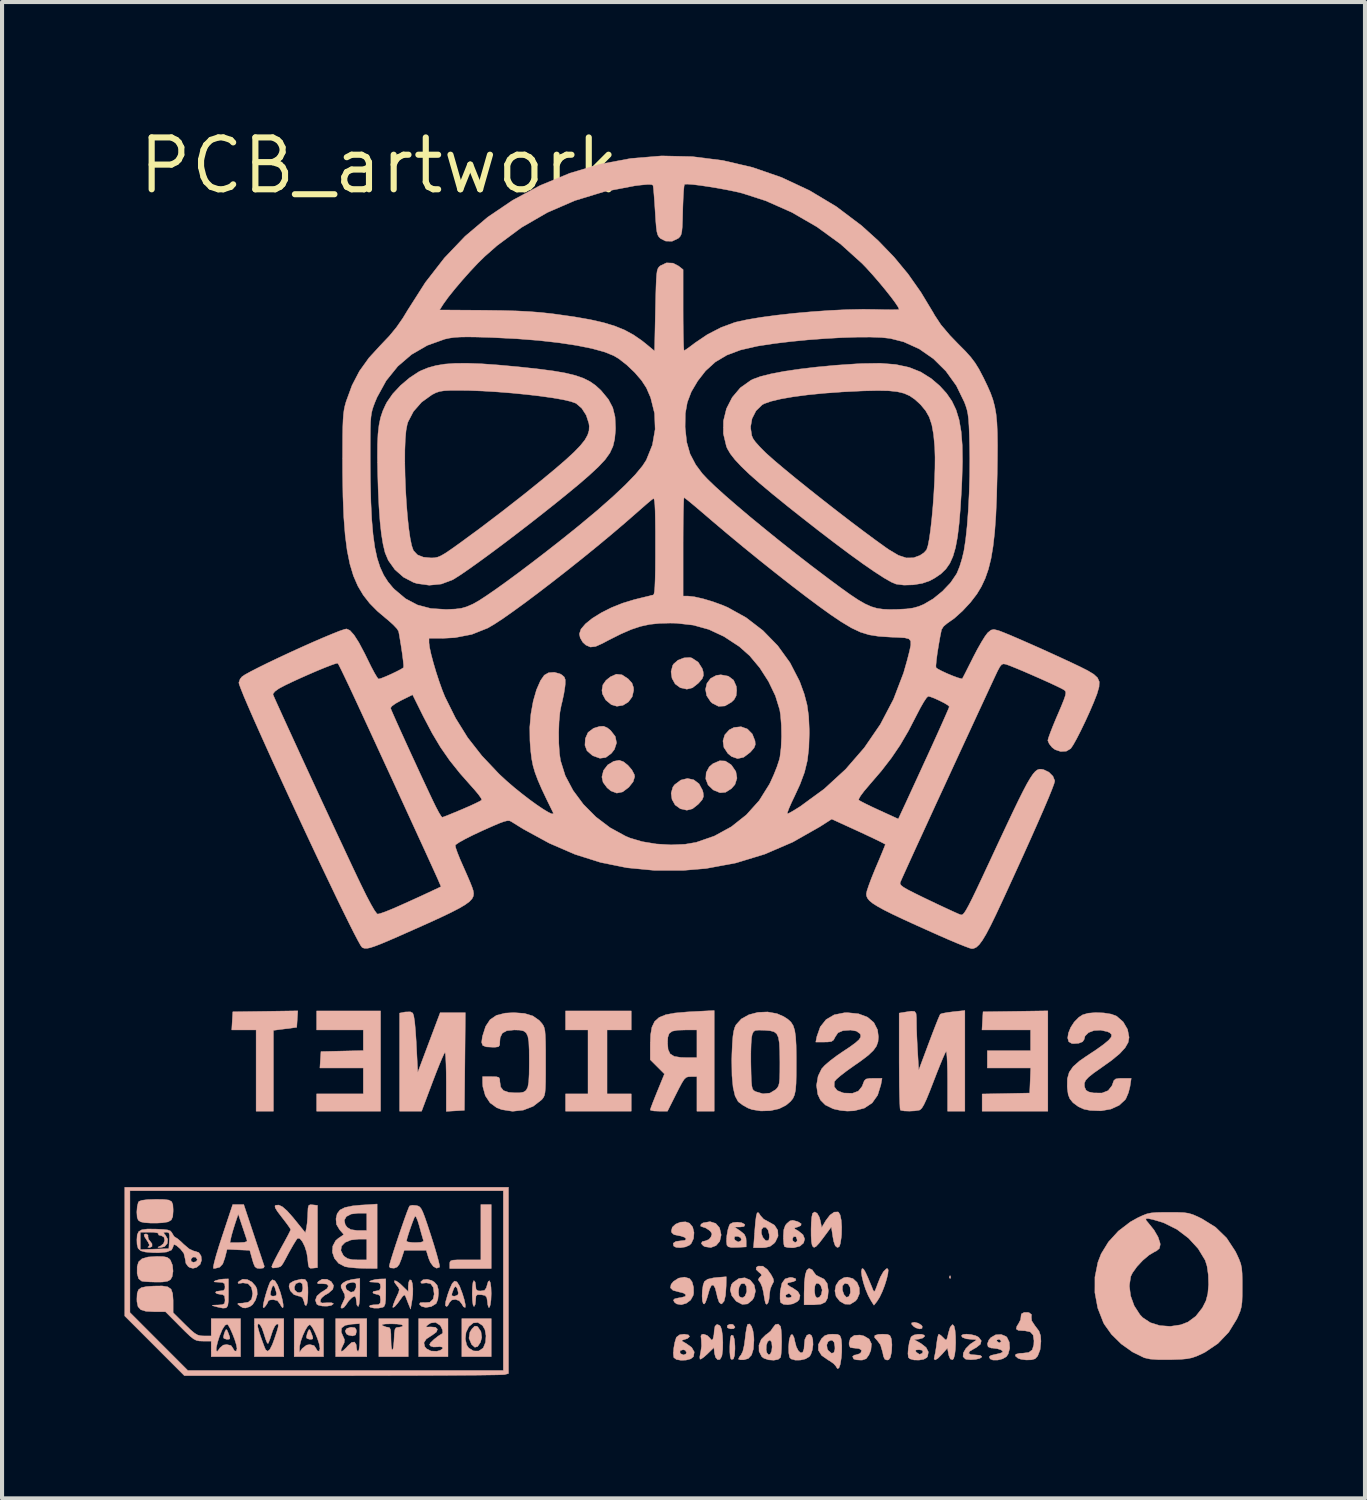
<source format=kicad_pcb>
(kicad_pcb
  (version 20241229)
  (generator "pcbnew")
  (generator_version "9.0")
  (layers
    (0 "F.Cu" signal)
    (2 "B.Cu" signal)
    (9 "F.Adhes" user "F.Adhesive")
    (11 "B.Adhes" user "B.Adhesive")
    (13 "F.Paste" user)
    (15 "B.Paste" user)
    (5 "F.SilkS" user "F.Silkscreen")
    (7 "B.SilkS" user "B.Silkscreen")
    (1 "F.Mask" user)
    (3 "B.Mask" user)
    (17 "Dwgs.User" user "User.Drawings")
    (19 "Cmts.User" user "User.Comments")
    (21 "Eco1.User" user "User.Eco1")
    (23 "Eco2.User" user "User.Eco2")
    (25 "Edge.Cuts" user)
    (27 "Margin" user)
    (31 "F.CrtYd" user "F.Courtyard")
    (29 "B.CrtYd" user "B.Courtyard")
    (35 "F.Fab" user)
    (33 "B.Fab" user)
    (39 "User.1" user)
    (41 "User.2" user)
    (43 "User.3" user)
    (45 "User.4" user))
  (footprint "PCB_artwork"
    (layer "F.Cu")
    (at 6.228 1.006)
    (property "Reference" "PCB_artwork" (at 0 0 0) (layer "F.SilkS") (effects (font (size 1.27 1.27) (thickness 0.15))))
    (attr through_hole)
    (fp_poly (pts (xy 13.998 27.192) (xy 14.003 27.242) (xy 13.998 27.249) (xy 13.973 27.243) (xy 13.97 27.22) (xy 13.985 27.185) (xy 13.998 27.192)) (stroke (width 0.01) (type solid)) (fill yes) (layer "B.SilkS"))
    (fp_poly (pts (xy 8.662 28.376) (xy 8.676 28.383) (xy 8.719 28.437) (xy 8.721 28.45) (xy 8.688 28.483) (xy 8.616 28.488) (xy 8.548 28.466) (xy 8.53 28.448) (xy 8.537 28.403) (xy 8.593 28.374) (xy 8.662 28.376)) (stroke (width 0.01) (type solid)) (fill yes) (layer "B.SilkS"))
    (fp_poly (pts (xy 13.206 28.347) (xy 13.285 28.395) (xy 13.308 28.426) (xy 13.301 28.477) (xy 13.241 28.489) (xy 13.153 28.463) (xy 13.1 28.43) (xy 13.048 28.374) (xy 13.047 28.341) (xy 13.114 28.325) (xy 13.206 28.347)) (stroke (width 0.01) (type solid)) (fill yes) (layer "B.SilkS"))
    (fp_poly (pts (xy -3.718 28.517) (xy -3.688 28.588) (xy -3.651 28.688) (xy -3.65 28.733) (xy -3.692 28.744) (xy -3.725 28.744) (xy -3.793 28.722) (xy -3.807 28.691) (xy -3.789 28.61) (xy -3.769 28.554) (xy -3.742 28.502) (xy -3.718 28.517)) (stroke (width 0.01) (type solid)) (fill yes) (layer "B.SilkS"))
    (fp_poly (pts (xy -1.998 20.901) (xy -2.011 21.103) (xy -2.582 21.177) (xy -2.582 23.156) (xy -3.006 23.156) (xy -3.006 21.167) (xy -3.603 21.167) (xy -3.59 20.944) (xy -3.577 20.722) (xy -2.781 20.711) (xy -1.985 20.699) (xy -1.998 20.901)) (stroke (width 0.01) (type solid)) (fill yes) (layer "B.SilkS"))
    (fp_poly (pts (xy -1.686 28.517) (xy -1.656 28.588) (xy -1.619 28.688) (xy -1.618 28.733) (xy -1.66 28.744) (xy -1.693 28.744) (xy -1.761 28.722) (xy -1.775 28.691) (xy -1.757 28.61) (xy -1.737 28.554) (xy -1.71 28.502) (xy -1.686 28.517)) (stroke (width 0.01) (type solid)) (fill yes) (layer "B.SilkS"))
    (fp_poly (pts (xy -0.584 28.46) (xy -0.553 28.512) (xy -0.55 28.554) (xy -0.569 28.635) (xy -0.637 28.659) (xy -0.648 28.66) (xy -0.746 28.64) (xy -0.793 28.612) (xy -0.825 28.539) (xy -0.787 28.479) (xy -0.692 28.449) (xy -0.673 28.448) (xy -0.584 28.46)) (stroke (width 0.01) (type solid)) (fill yes) (layer "B.SilkS"))
    (fp_poly (pts (xy 2.752 27.009) (xy 1.736 27.009) (xy 1.736 26.903) (xy 1.739 26.853) (xy 1.759 26.822) (xy 1.812 26.805) (xy 1.915 26.798) (xy 2.083 26.797) (xy 2.117 26.797) (xy 2.498 26.797) (xy 2.498 25.442) (xy 2.752 25.442) (xy 2.752 27.009)) (stroke (width 0.01) (type solid)) (fill yes) (layer "B.SilkS"))
    (fp_poly (pts (xy 6.181 21.167) (xy 5.588 21.167) (xy 5.588 22.733) (xy 6.181 22.733) (xy 6.181 23.156) (xy 4.572 23.156) (xy 4.572 22.733) (xy 5.122 22.733) (xy 5.122 21.167) (xy 4.572 21.167) (xy 4.572 20.701) (xy 6.181 20.701) (xy 6.181 21.167)) (stroke (width 0.01) (type solid)) (fill yes) (layer "B.SilkS"))
    (fp_poly (pts (xy 2.398 28.422) (xy 2.425 28.441) (xy 2.5 28.553) (xy 2.52 28.697) (xy 2.488 28.817) (xy 2.419 28.92) (xy 2.35 28.938) (xy 2.276 28.874) (xy 2.269 28.864) (xy 2.207 28.715) (xy 2.23 28.568) (xy 2.281 28.486) (xy 2.346 28.421) (xy 2.398 28.422)) (stroke (width 0.01) (type solid)) (fill yes) (layer "B.SilkS"))
    (fp_poly (pts (xy 0.042 23.156) (xy -1.524 23.156) (xy -1.524 22.733) (xy -0.381 22.733) (xy -0.381 22.098) (xy -1.444 22.098) (xy -1.431 21.897) (xy -1.418 21.696) (xy -0.9 21.684) (xy -0.381 21.672) (xy -0.381 21.167) (xy -1.524 21.167) (xy -1.524 20.701) (xy 0.042 20.701) (xy 0.042 23.156)) (stroke (width 0.01) (type solid)) (fill yes) (layer "B.SilkS"))
    (fp_poly (pts (xy 8.676 28.651) (xy 8.706 28.74) (xy 8.72 28.905) (xy 8.721 28.978) (xy 8.711 29.137) (xy 8.683 29.225) (xy 8.639 29.237) (xy 8.621 29.223) (xy 8.604 29.166) (xy 8.595 29.054) (xy 8.595 28.918) (xy 8.601 28.785) (xy 8.615 28.683) (xy 8.632 28.641) (xy 8.676 28.651)) (stroke (width 0.01) (type solid)) (fill yes) (layer "B.SilkS"))
    (fp_poly (pts (xy 16.383 23.156) (xy 14.774 23.156) (xy 14.774 22.735) (xy 15.356 22.724) (xy 15.938 22.712) (xy 15.951 22.405) (xy 15.963 22.098) (xy 14.901 22.098) (xy 14.901 21.675) (xy 15.96 21.675) (xy 15.96 21.167) (xy 14.77 21.167) (xy 14.796 20.722) (xy 15.589 20.711) (xy 16.383 20.699) (xy 16.383 23.156)) (stroke (width 0.01) (type solid)) (fill yes) (layer "B.SilkS"))
    (fp_poly (pts (xy -5.652 26.191) (xy -5.655 26.219) (xy -5.644 26.289) (xy -5.611 26.33) (xy -5.555 26.404) (xy -5.555 26.469) (xy -5.612 26.497) (xy -5.62 26.497) (xy -5.66 26.487) (xy -5.641 26.473) (xy -5.617 26.437) (xy -5.651 26.364) (xy -5.672 26.332) (xy -5.738 26.231) (xy -5.751 26.18) (xy -5.714 26.163) (xy -5.695 26.162) (xy -5.652 26.191)) (stroke (width 0.01) (type solid)) (fill yes) (layer "B.SilkS"))
    (fp_poly (pts (xy 5.596 13.769) (xy 5.676 13.833) (xy 5.79 13.98) (xy 5.821 14.137) (xy 5.769 14.296) (xy 5.694 14.393) (xy 5.558 14.494) (xy 5.414 14.514) (xy 5.25 14.455) (xy 5.221 14.438) (xy 5.098 14.331) (xy 5.047 14.195) (xy 5.057 14.029) (xy 5.123 13.881) (xy 5.258 13.779) (xy 5.405 13.734) (xy 5.505 13.729) (xy 5.596 13.769)) (stroke (width 0.01) (type solid)) (fill yes) (layer "B.SilkS"))
    (fp_poly (pts (xy 5.987 14.597) (xy 6.098 14.684) (xy 6.196 14.798) (xy 6.257 14.914) (xy 6.265 14.965) (xy 6.227 15.089) (xy 6.121 15.223) (xy 5.971 15.337) (xy 5.826 15.367) (xy 5.683 15.313) (xy 5.591 15.237) (xy 5.491 15.103) (xy 5.462 14.972) (xy 5.502 14.811) (xy 5.605 14.676) (xy 5.752 14.587) (xy 5.886 14.563) (xy 5.987 14.597)) (stroke (width 0.01) (type solid)) (fill yes) (layer "B.SilkS"))
    (fp_poly (pts (xy 8.484 14.581) (xy 8.617 14.665) (xy 8.639 14.686) (xy 8.743 14.839) (xy 8.77 15.001) (xy 8.721 15.156) (xy 8.633 15.257) (xy 8.492 15.346) (xy 8.355 15.358) (xy 8.201 15.295) (xy 8.185 15.285) (xy 8.063 15.168) (xy 8.006 15.02) (xy 8.016 14.865) (xy 8.091 14.724) (xy 8.183 14.645) (xy 8.345 14.575) (xy 8.484 14.581)) (stroke (width 0.01) (type solid)) (fill yes) (layer "B.SilkS"))
    (fp_poly (pts (xy 8.558 12.503) (xy 8.686 12.599) (xy 8.754 12.752) (xy 8.763 12.852) (xy 8.75 12.984) (xy 8.699 13.078) (xy 8.633 13.141) (xy 8.474 13.233) (xy 8.318 13.242) (xy 8.168 13.166) (xy 8.125 13.127) (xy 8.028 12.981) (xy 8 12.825) (xy 8.035 12.678) (xy 8.125 12.558) (xy 8.264 12.484) (xy 8.375 12.469) (xy 8.558 12.503)) (stroke (width 0.01) (type solid)) (fill yes) (layer "B.SilkS"))
    (fp_poly (pts (xy 9.026 13.797) (xy 9.145 13.918) (xy 9.212 14.088) (xy 9.219 14.18) (xy 9.189 14.258) (xy 9.107 14.354) (xy 9.09 14.371) (xy 8.934 14.489) (xy 8.785 14.522) (xy 8.639 14.471) (xy 8.548 14.397) (xy 8.45 14.248) (xy 8.427 14.089) (xy 8.472 13.939) (xy 8.581 13.818) (xy 8.697 13.759) (xy 8.871 13.741) (xy 9.026 13.797)) (stroke (width 0.01) (type solid)) (fill yes) (layer "B.SilkS"))
    (fp_poly (pts (xy 5.955 12.47) (xy 6.103 12.567) (xy 6.104 12.568) (xy 6.199 12.672) (xy 6.236 12.782) (xy 6.24 12.848) (xy 6.204 13.007) (xy 6.111 13.134) (xy 5.979 13.216) (xy 5.829 13.24) (xy 5.694 13.201) (xy 5.556 13.087) (xy 5.476 12.938) (xy 5.463 12.848) (xy 5.486 12.715) (xy 5.564 12.604) (xy 5.672 12.518) (xy 5.816 12.454) (xy 5.955 12.47)) (stroke (width 0.01) (type solid)) (fill yes) (layer "B.SilkS"))
    (fp_poly (pts (xy 7.712 15.041) (xy 7.841 15.139) (xy 7.927 15.299) (xy 7.942 15.358) (xy 7.95 15.45) (xy 7.919 15.528) (xy 7.838 15.622) (xy 7.82 15.641) (xy 7.68 15.751) (xy 7.543 15.786) (xy 7.387 15.751) (xy 7.381 15.748) (xy 7.255 15.657) (xy 7.179 15.521) (xy 7.158 15.367) (xy 7.2 15.22) (xy 7.243 15.161) (xy 7.396 15.047) (xy 7.558 15.008) (xy 7.712 15.041)) (stroke (width 0.01) (type solid)) (fill yes) (layer "B.SilkS"))
    (fp_poly (pts (xy 12.456 28.623) (xy 12.515 28.649) (xy 12.545 28.714) (xy 12.553 28.748) (xy 12.565 28.875) (xy 12.558 29.028) (xy 12.553 29.066) (xy 12.526 29.187) (xy 12.487 29.243) (xy 12.446 29.252) (xy 12.392 29.233) (xy 12.358 29.162) (xy 12.337 29.057) (xy 12.284 28.877) (xy 12.209 28.775) (xy 12.14 28.698) (xy 12.147 28.648) (xy 12.232 28.622) (xy 12.339 28.617) (xy 12.456 28.623)) (stroke (width 0.01) (type solid)) (fill yes) (layer "B.SilkS"))
    (fp_poly (pts (xy 7.667 12.059) (xy 7.821 12.161) (xy 7.921 12.32) (xy 7.942 12.395) (xy 7.949 12.487) (xy 7.919 12.565) (xy 7.837 12.66) (xy 7.82 12.678) (xy 7.68 12.788) (xy 7.543 12.822) (xy 7.387 12.787) (xy 7.381 12.785) (xy 7.256 12.693) (xy 7.179 12.554) (xy 7.156 12.394) (xy 7.196 12.24) (xy 7.218 12.205) (xy 7.325 12.112) (xy 7.472 12.055) (xy 7.618 12.046) (xy 7.667 12.059)) (stroke (width 0.01) (type solid)) (fill yes) (layer "B.SilkS"))
    (fp_poly (pts (xy 9.127 28.427) (xy 9.163 28.54) (xy 9.183 28.688) (xy 9.186 28.763) (xy 9.172 28.981) (xy 9.127 29.128) (xy 9.048 29.213) (xy 8.942 29.244) (xy 8.849 29.245) (xy 8.806 29.229) (xy 8.805 29.227) (xy 8.831 29.174) (xy 8.872 29.122) (xy 8.914 29.035) (xy 8.949 28.883) (xy 8.969 28.729) (xy 8.988 28.571) (xy 9.01 28.447) (xy 9.03 28.38) (xy 9.033 28.376) (xy 9.082 28.367) (xy 9.127 28.427)) (stroke (width 0.01) (type solid)) (fill yes) (layer "B.SilkS"))
    (fp_poly (pts (xy -5.28 26.717) (xy -5.187 26.735) (xy -5.129 26.775) (xy -5.104 26.806) (xy -5.054 26.928) (xy -5.04 27.074) (xy -5.062 27.208) (xy -5.104 27.281) (xy -5.176 27.321) (xy -5.3 27.34) (xy -5.453 27.342) (xy -5.61 27.337) (xy -5.74 27.328) (xy -5.81 27.318) (xy -5.883 27.258) (xy -5.92 27.13) (xy -5.919 26.963) (xy -5.884 26.846) (xy -5.799 26.769) (xy -5.653 26.727) (xy -5.436 26.713) (xy -5.432 26.713) (xy -5.28 26.717)) (stroke (width 0.01) (type solid)) (fill yes) (layer "B.SilkS"))
    (fp_poly (pts (xy 2.752 29.168) (xy 2.032 29.168) (xy 2.032 28.735) (xy 2.117 28.735) (xy 2.151 28.883) (xy 2.201 28.956) (xy 2.32 29.028) (xy 2.444 29.03) (xy 2.547 28.961) (xy 2.559 28.947) (xy 2.612 28.816) (xy 2.624 28.657) (xy 2.598 28.507) (xy 2.54 28.406) (xy 2.424 28.331) (xy 2.31 28.342) (xy 2.204 28.433) (xy 2.135 28.574) (xy 2.117 28.735) (xy 2.032 28.735) (xy 2.032 28.236) (xy 2.752 28.236) (xy 2.752 29.168)) (stroke (width 0.01) (type solid)) (fill yes) (layer "B.SilkS"))
    (fp_poly (pts (xy 8.25 25.905) (xy 8.344 26.014) (xy 8.382 26.179) (xy 8.382 26.193) (xy 8.348 26.343) (xy 8.257 26.448) (xy 8.131 26.496) (xy 7.988 26.475) (xy 7.947 26.454) (xy 7.896 26.398) (xy 7.92 26.35) (xy 8.002 26.331) (xy 8.083 26.297) (xy 8.132 26.239) (xy 8.158 26.163) (xy 8.124 26.102) (xy 8.087 26.07) (xy 7.998 26.013) (xy 7.933 25.993) (xy 7.879 25.971) (xy 7.889 25.925) (xy 7.941 25.891) (xy 8.111 25.861) (xy 8.25 25.905)) (stroke (width 0.01) (type solid)) (fill yes) (layer "B.SilkS"))
    (fp_poly (pts (xy 7.61 27.256) (xy 7.671 27.336) (xy 7.706 27.466) (xy 7.709 27.61) (xy 7.698 27.668) (xy 7.635 27.782) (xy 7.529 27.861) (xy 7.407 27.896) (xy 7.294 27.877) (xy 7.239 27.835) (xy 7.213 27.784) (xy 7.245 27.751) (xy 7.346 27.728) (xy 7.405 27.72) (xy 7.501 27.693) (xy 7.519 27.654) (xy 7.466 27.613) (xy 7.35 27.583) (xy 7.204 27.544) (xy 7.14 27.482) (xy 7.157 27.397) (xy 7.216 27.324) (xy 7.341 27.245) (xy 7.485 27.22) (xy 7.61 27.256)) (stroke (width 0.01) (type solid)) (fill yes) (layer "B.SilkS"))
    (fp_poly (pts (xy -5.266 25.318) (xy -5.144 25.333) (xy -5.075 25.371) (xy -5.045 25.444) (xy -5.038 25.56) (xy -5.038 25.605) (xy -5.047 25.736) (xy -5.083 25.82) (xy -5.162 25.867) (xy -5.299 25.889) (xy -5.427 25.896) (xy -5.594 25.896) (xy -5.738 25.886) (xy -5.83 25.867) (xy -5.831 25.867) (xy -5.891 25.827) (xy -5.919 25.759) (xy -5.927 25.634) (xy -5.927 25.621) (xy -5.917 25.49) (xy -5.892 25.392) (xy -5.876 25.366) (xy -5.804 25.339) (xy -5.66 25.321) (xy -5.457 25.315) (xy -5.266 25.318)) (stroke (width 0.01) (type solid)) (fill yes) (layer "B.SilkS"))
    (fp_poly (pts (xy 7.607 25.899) (xy 7.685 25.994) (xy 7.718 26.129) (xy 7.707 26.273) (xy 7.65 26.396) (xy 7.605 26.438) (xy 7.507 26.481) (xy 7.386 26.499) (xy 7.278 26.491) (xy 7.218 26.458) (xy 7.209 26.39) (xy 7.275 26.346) (xy 7.393 26.331) (xy 7.497 26.318) (xy 7.527 26.285) (xy 7.489 26.245) (xy 7.388 26.212) (xy 7.342 26.204) (xy 7.227 26.179) (xy 7.173 26.131) (xy 7.163 26.092) (xy 7.186 25.998) (xy 7.269 25.922) (xy 7.386 25.874) (xy 7.512 25.866) (xy 7.607 25.899)) (stroke (width 0.01) (type solid)) (fill yes) (layer "B.SilkS"))
    (fp_poly (pts (xy 3.175 29.581) (xy 3.08 29.607) (xy 3.024 29.61) (xy 2.89 29.614) (xy 2.684 29.617) (xy 2.411 29.621) (xy 2.078 29.623) (xy 1.691 29.626) (xy 1.256 29.628) (xy 0.779 29.63) (xy 0.267 29.631) (xy -0.275 29.632) (xy -0.841 29.633) (xy -0.889 29.633) (xy -4.763 29.633) (xy -6.223 28.172) (xy -6.223 25.104) (xy -6.096 25.104) (xy -6.096 28.087) (xy -4.679 29.506) (xy 3.048 29.506) (xy 3.048 25.104) (xy -6.096 25.104) (xy -6.223 25.104) (xy -6.223 25.019) (xy 3.175 25.019) (xy 3.175 29.581)) (stroke (width 0.01) (type solid)) (fill yes) (layer "B.SilkS"))
    (fp_poly (pts (xy 11.877 28.66) (xy 12.007 28.737) (xy 12.064 28.856) (xy 12.049 29.012) (xy 12 29.127) (xy 11.933 29.219) (xy 11.839 29.251) (xy 11.796 29.252) (xy 11.692 29.245) (xy 11.629 29.226) (xy 11.628 29.224) (xy 11.601 29.163) (xy 11.648 29.128) (xy 11.679 29.125) (xy 11.772 29.096) (xy 11.807 29.067) (xy 11.821 29.009) (xy 11.759 28.971) (xy 11.627 28.956) (xy 11.617 28.956) (xy 11.544 28.942) (xy 11.517 28.882) (xy 11.515 28.828) (xy 11.549 28.713) (xy 11.642 28.647) (xy 11.781 28.638) (xy 11.877 28.66)) (stroke (width 0.01) (type solid)) (fill yes) (layer "B.SilkS"))
    (fp_poly (pts (xy 1.293 27.302) (xy 1.358 27.341) (xy 1.427 27.418) (xy 1.456 27.522) (xy 1.46 27.617) (xy 1.445 27.764) (xy 1.406 27.863) (xy 1.397 27.872) (xy 1.283 27.941) (xy 1.15 27.963) (xy 1.047 27.937) (xy 0.993 27.884) (xy 1.012 27.847) (xy 1.094 27.841) (xy 1.121 27.845) (xy 1.247 27.836) (xy 1.329 27.758) (xy 1.355 27.636) (xy 1.333 27.472) (xy 1.267 27.38) (xy 1.157 27.36) (xy 1.136 27.364) (xy 1.046 27.372) (xy 1.025 27.343) (xy 1.026 27.336) (xy 1.082 27.285) (xy 1.181 27.274) (xy 1.293 27.302)) (stroke (width 0.01) (type solid)) (fill yes) (layer "B.SilkS"))
    (fp_poly (pts (xy 8.505 27.437) (xy 8.49 27.663) (xy 8.455 27.809) (xy 8.4 27.873) (xy 8.381 27.877) (xy 8.333 27.835) (xy 8.29 27.711) (xy 8.277 27.647) (xy 8.237 27.49) (xy 8.192 27.414) (xy 8.146 27.421) (xy 8.101 27.511) (xy 8.084 27.567) (xy 8.035 27.738) (xy 7.999 27.838) (xy 7.971 27.878) (xy 7.947 27.872) (xy 7.924 27.804) (xy 7.916 27.685) (xy 7.922 27.545) (xy 7.941 27.417) (xy 7.971 27.331) (xy 7.973 27.328) (xy 8.052 27.271) (xy 8.196 27.238) (xy 8.27 27.23) (xy 8.509 27.21) (xy 8.505 27.437)) (stroke (width 0.01) (type solid)) (fill yes) (layer "B.SilkS"))
    (fp_poly (pts (xy -3.222 27.279) (xy -3.108 27.34) (xy -3.017 27.444) (xy -2.985 27.516) (xy -2.978 27.642) (xy -3.019 27.779) (xy -3.092 27.893) (xy -3.161 27.943) (xy -3.263 27.976) (xy -3.33 27.971) (xy -3.404 27.925) (xy -3.41 27.92) (xy -3.458 27.879) (xy -3.444 27.861) (xy -3.358 27.857) (xy -3.342 27.857) (xy -3.198 27.834) (xy -3.117 27.764) (xy -3.091 27.634) (xy -3.09 27.617) (xy -3.12 27.47) (xy -3.203 27.381) (xy -3.329 27.36) (xy -3.356 27.365) (xy -3.438 27.376) (xy -3.452 27.359) (xy -3.429 27.326) (xy -3.336 27.271) (xy -3.222 27.279)) (stroke (width 0.01) (type solid)) (fill yes) (layer "B.SilkS"))
    (fp_poly (pts (xy 10.598 28.654) (xy 10.627 28.747) (xy 10.633 28.872) (xy 10.616 29.003) (xy 10.577 29.117) (xy 10.541 29.168) (xy 10.447 29.223) (xy 10.322 29.252) (xy 10.196 29.253) (xy 10.097 29.225) (xy 10.059 29.185) (xy 10.039 29.079) (xy 10.035 28.931) (xy 10.046 28.783) (xy 10.06 28.713) (xy 10.096 28.631) (xy 10.134 28.631) (xy 10.17 28.708) (xy 10.186 28.786) (xy 10.224 28.93) (xy 10.277 29.029) (xy 10.333 29.075) (xy 10.382 29.06) (xy 10.411 28.98) (xy 10.415 28.922) (xy 10.432 28.748) (xy 10.481 28.645) (xy 10.546 28.617) (xy 10.598 28.654)) (stroke (width 0.01) (type solid)) (fill yes) (layer "B.SilkS"))
    (fp_poly (pts (xy -1.355 29.168) (xy -2.074 29.168) (xy -2.074 28.956) (xy -1.944 28.956) (xy -1.943 29.062) (xy -1.876 28.967) (xy -1.772 28.886) (xy -1.691 28.871) (xy -1.586 28.897) (xy -1.545 28.956) (xy -1.504 29.027) (xy -1.461 29.033) (xy -1.442 28.974) (xy -1.442 28.967) (xy -1.46 28.861) (xy -1.502 28.728) (xy -1.558 28.591) (xy -1.617 28.473) (xy -1.669 28.399) (xy -1.693 28.384) (xy -1.742 28.421) (xy -1.801 28.516) (xy -1.861 28.645) (xy -1.911 28.784) (xy -1.94 28.908) (xy -1.944 28.956) (xy -2.074 28.956) (xy -2.074 28.236) (xy -1.355 28.236) (xy -1.355 29.168)) (stroke (width 0.01) (type solid)) (fill yes) (layer "B.SilkS"))
    (fp_poly (pts (xy 11.61 27.256) (xy 11.711 27.35) (xy 11.766 27.479) (xy 11.77 27.622) (xy 11.713 27.757) (xy 11.671 27.806) (xy 11.543 27.885) (xy 11.412 27.881) (xy 11.288 27.81) (xy 11.197 27.694) (xy 11.168 27.556) (xy 11.172 27.539) (xy 11.352 27.539) (xy 11.391 27.649) (xy 11.45 27.713) (xy 11.507 27.699) (xy 11.545 27.614) (xy 11.549 27.585) (xy 11.54 27.468) (xy 11.492 27.39) (xy 11.419 27.372) (xy 11.406 27.376) (xy 11.355 27.435) (xy 11.352 27.539) (xy 11.172 27.539) (xy 11.195 27.419) (xy 11.271 27.304) (xy 11.389 27.233) (xy 11.472 27.22) (xy 11.61 27.256)) (stroke (width 0.01) (type solid)) (fill yes) (layer "B.SilkS"))
    (fp_poly (pts (xy 0.83 20.753) (xy 0.854 20.82) (xy 0.877 20.965) (xy 0.897 21.185) (xy 0.916 21.472) (xy 0.917 21.505) (xy 0.953 22.204) (xy 1.227 21.474) (xy 1.502 20.743) (xy 2.118 20.743) (xy 2.107 21.939) (xy 2.095 23.135) (xy 1.873 23.148) (xy 1.651 23.161) (xy 1.651 22.439) (xy 1.649 22.202) (xy 1.644 21.998) (xy 1.637 21.841) (xy 1.628 21.743) (xy 1.619 21.717) (xy 1.595 21.755) (xy 1.547 21.86) (xy 1.48 22.019) (xy 1.4 22.22) (xy 1.317 22.437) (xy 1.047 23.156) (xy 0.508 23.156) (xy 0.508 20.754) (xy 0.643 20.727) (xy 0.771 20.723) (xy 0.83 20.753)) (stroke (width 0.01) (type solid)) (fill yes) (layer "B.SilkS"))
    (fp_poly (pts (xy 9.095 27.293) (xy 9.192 27.413) (xy 9.223 27.563) (xy 9.185 27.718) (xy 9.143 27.784) (xy 9.028 27.877) (xy 8.899 27.888) (xy 8.761 27.817) (xy 8.744 27.802) (xy 8.643 27.673) (xy 8.617 27.578) (xy 8.806 27.578) (xy 8.818 27.673) (xy 8.835 27.702) (xy 8.904 27.728) (xy 8.967 27.685) (xy 9.006 27.587) (xy 9.01 27.563) (xy 9.001 27.445) (xy 8.956 27.379) (xy 8.887 27.379) (xy 8.86 27.397) (xy 8.821 27.471) (xy 8.806 27.578) (xy 8.617 27.578) (xy 8.605 27.533) (xy 8.634 27.404) (xy 8.673 27.353) (xy 8.816 27.254) (xy 8.963 27.236) (xy 9.095 27.293)) (stroke (width 0.01) (type solid)) (fill yes) (layer "B.SilkS"))
    (fp_poly (pts (xy 9.403 26.951) (xy 9.514 27.033) (xy 9.605 27.159) (xy 9.659 27.261) (xy 9.67 27.327) (xy 9.639 27.39) (xy 9.631 27.402) (xy 9.586 27.508) (xy 9.567 27.638) (xy 9.567 27.643) (xy 9.556 27.76) (xy 9.532 27.847) (xy 9.501 27.888) (xy 9.471 27.865) (xy 9.467 27.854) (xy 9.449 27.775) (xy 9.428 27.652) (xy 9.421 27.602) (xy 9.391 27.47) (xy 9.347 27.366) (xy 9.331 27.344) (xy 9.291 27.283) (xy 9.316 27.236) (xy 9.334 27.22) (xy 9.375 27.174) (xy 9.349 27.132) (xy 9.314 27.106) (xy 9.239 27.034) (xy 9.246 26.978) (xy 9.295 26.95) (xy 9.403 26.951)) (stroke (width 0.01) (type solid)) (fill yes) (layer "B.SilkS"))
    (fp_poly (pts (xy 12.475 27.044) (xy 12.466 27.138) (xy 12.435 27.27) (xy 12.387 27.423) (xy 12.327 27.578) (xy 12.262 27.715) (xy 12.198 27.816) (xy 12.198 27.816) (xy 12.124 27.908) (xy 12.059 27.807) (xy 11.985 27.673) (xy 11.919 27.515) (xy 11.866 27.353) (xy 11.83 27.203) (xy 11.816 27.086) (xy 11.83 27.018) (xy 11.848 27.009) (xy 11.875 27.03) (xy 11.916 27.1) (xy 11.975 27.228) (xy 12.057 27.423) (xy 12.103 27.537) (xy 12.126 27.573) (xy 12.152 27.551) (xy 12.189 27.461) (xy 12.207 27.408) (xy 12.281 27.221) (xy 12.357 27.086) (xy 12.428 27.016) (xy 12.454 27.009) (xy 12.475 27.044)) (stroke (width 0.01) (type solid)) (fill yes) (layer "B.SilkS"))
    (fp_poly (pts (xy -0.296 29.168) (xy -1.058 29.168) (xy -1.058 29.039) (xy -0.925 29.039) (xy -0.879 29.025) (xy -0.793 28.943) (xy -0.762 28.907) (xy -0.667 28.82) (xy -0.596 28.809) (xy -0.556 28.872) (xy -0.55 28.937) (xy -0.536 29.016) (xy -0.508 29.041) (xy -0.487 29.001) (xy -0.472 28.893) (xy -0.466 28.732) (xy -0.466 28.7) (xy -0.466 28.359) (xy -0.662 28.372) (xy -0.826 28.401) (xy -0.912 28.465) (xy -0.922 28.564) (xy -0.884 28.654) (xy -0.841 28.751) (xy -0.849 28.828) (xy -0.872 28.875) (xy -0.924 28.989) (xy -0.925 29.039) (xy -1.058 29.039) (xy -1.058 28.236) (xy -0.296 28.236) (xy -0.296 29.168)) (stroke (width 0.01) (type solid)) (fill yes) (layer "B.SilkS"))
    (fp_poly (pts (xy 14.088 28.423) (xy 14.111 28.524) (xy 14.123 28.666) (xy 14.126 28.828) (xy 14.119 28.988) (xy 14.102 29.125) (xy 14.075 29.217) (xy 14.049 29.243) (xy 13.994 29.225) (xy 13.958 29.136) (xy 13.952 29.107) (xy 13.924 28.957) (xy 13.794 29.105) (xy 13.692 29.208) (xy 13.624 29.248) (xy 13.597 29.224) (xy 13.609 29.157) (xy 13.63 29.06) (xy 13.652 28.919) (xy 13.661 28.84) (xy 13.679 28.716) (xy 13.701 28.635) (xy 13.715 28.617) (xy 13.763 28.646) (xy 13.825 28.706) (xy 13.873 28.754) (xy 13.902 28.755) (xy 13.925 28.695) (xy 13.948 28.589) (xy 13.991 28.448) (xy 14.042 28.387) (xy 14.055 28.384) (xy 14.088 28.423)) (stroke (width 0.01) (type solid)) (fill yes) (layer "B.SilkS"))
    (fp_poly (pts (xy 14.504 28.627) (xy 14.614 28.654) (xy 14.688 28.692) (xy 14.753 28.778) (xy 14.733 28.862) (xy 14.629 28.945) (xy 14.582 28.97) (xy 14.471 29.035) (xy 14.443 29.085) (xy 14.497 29.116) (xy 14.609 29.125) (xy 14.726 29.135) (xy 14.766 29.166) (xy 14.764 29.178) (xy 14.715 29.211) (xy 14.615 29.234) (xy 14.496 29.243) (xy 14.391 29.234) (xy 14.362 29.225) (xy 14.307 29.167) (xy 14.314 29.076) (xy 14.374 28.97) (xy 14.479 28.864) (xy 14.584 28.794) (xy 14.633 28.762) (xy 14.613 28.749) (xy 14.534 28.746) (xy 14.385 28.731) (xy 14.291 28.695) (xy 14.266 28.655) (xy 14.302 28.625) (xy 14.391 28.616) (xy 14.504 28.627)) (stroke (width 0.01) (type solid)) (fill yes) (layer "B.SilkS"))
    (fp_poly (pts (xy -1.806 27.277) (xy -1.758 27.341) (xy -1.738 27.47) (xy -1.736 27.598) (xy -1.742 27.762) (xy -1.759 27.872) (xy -1.783 27.92) (xy -1.811 27.898) (xy -1.835 27.812) (xy -1.871 27.719) (xy -1.939 27.687) (xy -1.961 27.686) (xy -2.079 27.648) (xy -2.169 27.554) (xy -2.194 27.466) (xy -2.071 27.466) (xy -2.059 27.538) (xy -2.002 27.59) (xy -1.949 27.601) (xy -1.886 27.582) (xy -1.864 27.509) (xy -1.863 27.474) (xy -1.876 27.382) (xy -1.925 27.349) (xy -1.949 27.347) (xy -2.035 27.381) (xy -2.071 27.466) (xy -2.194 27.466) (xy -2.201 27.441) (xy -2.178 27.372) (xy -2.097 27.322) (xy -2.035 27.301) (xy -1.895 27.268) (xy -1.806 27.277)) (stroke (width 0.01) (type solid)) (fill yes) (layer "B.SilkS"))
    (fp_poly (pts (xy -1.269 27.273) (xy -1.167 27.329) (xy -1.108 27.425) (xy -1.128 27.518) (xy -1.231 27.61) (xy -1.327 27.664) (xy -1.405 27.731) (xy -1.432 27.787) (xy -1.431 27.836) (xy -1.387 27.854) (xy -1.281 27.849) (xy -1.274 27.848) (xy -1.161 27.847) (xy -1.114 27.867) (xy -1.114 27.875) (xy -1.165 27.913) (xy -1.266 27.931) (xy -1.382 27.929) (xy -1.481 27.907) (xy -1.521 27.881) (xy -1.554 27.784) (xy -1.515 27.681) (xy -1.41 27.59) (xy -1.371 27.569) (xy -1.266 27.499) (xy -1.236 27.435) (xy -1.278 27.39) (xy -1.392 27.38) (xy -1.394 27.38) (xy -1.485 27.383) (xy -1.507 27.364) (xy -1.482 27.327) (xy -1.388 27.271) (xy -1.269 27.273)) (stroke (width 0.01) (type solid)) (fill yes) (layer "B.SilkS"))
    (fp_poly (pts (xy 0.72 29.168) (xy 0 29.168) (xy 0 28.381) (xy 0.08 28.381) (xy 0.081 28.403) (xy 0.085 28.406) (xy 0.183 28.443) (xy 0.222 28.447) (xy 0.263 28.46) (xy 0.286 28.51) (xy 0.295 28.614) (xy 0.296 28.716) (xy 0.302 28.89) (xy 0.317 28.988) (xy 0.336 29.007) (xy 0.355 28.947) (xy 0.369 28.805) (xy 0.372 28.748) (xy 0.38 28.592) (xy 0.394 28.502) (xy 0.419 28.46) (xy 0.463 28.449) (xy 0.489 28.448) (xy 0.567 28.433) (xy 0.593 28.406) (xy 0.554 28.384) (xy 0.449 28.369) (xy 0.307 28.364) (xy 0.154 28.368) (xy 0.08 28.381) (xy 0 28.381) (xy 0 28.236) (xy 0.72 28.236) (xy 0.72 29.168)) (stroke (width 0.01) (type solid)) (fill yes) (layer "B.SilkS"))
    (fp_poly (pts (xy 0.796 27.299) (xy 0.821 27.377) (xy 0.833 27.5) (xy 0.831 27.648) (xy 0.815 27.777) (xy 0.776 28.003) (xy 0.725 27.877) (xy 0.682 27.767) (xy 0.651 27.686) (xy 0.624 27.655) (xy 0.582 27.692) (xy 0.557 27.726) (xy 0.459 27.861) (xy 0.386 27.944) (xy 0.346 27.965) (xy 0.34 27.952) (xy 0.357 27.886) (xy 0.401 27.776) (xy 0.431 27.71) (xy 0.484 27.594) (xy 0.5 27.525) (xy 0.48 27.474) (xy 0.452 27.441) (xy 0.385 27.351) (xy 0.38 27.308) (xy 0.426 27.315) (xy 0.512 27.375) (xy 0.55 27.411) (xy 0.72 27.576) (xy 0.72 27.443) (xy 0.731 27.343) (xy 0.759 27.286) (xy 0.76 27.285) (xy 0.796 27.299)) (stroke (width 0.01) (type solid)) (fill yes) (layer "B.SilkS"))
    (fp_poly (pts (xy 9.324 25.678) (xy 9.34 25.708) (xy 9.422 25.799) (xy 9.543 25.865) (xy 9.546 25.866) (xy 9.69 25.949) (xy 9.768 26.072) (xy 9.777 26.214) (xy 9.71 26.357) (xy 9.675 26.397) (xy 9.579 26.468) (xy 9.458 26.497) (xy 9.373 26.501) (xy 9.175 26.501) (xy 9.201 26.149) (xy 9.367 26.149) (xy 9.404 26.248) (xy 9.465 26.318) (xy 9.505 26.331) (xy 9.55 26.311) (xy 9.563 26.236) (xy 9.559 26.173) (xy 9.53 26.063) (xy 9.477 26.001) (xy 9.418 25.996) (xy 9.371 26.056) (xy 9.367 26.149) (xy 9.201 26.149) (xy 9.205 26.089) (xy 9.223 25.868) (xy 9.242 25.724) (xy 9.263 25.649) (xy 9.289 25.637) (xy 9.324 25.678)) (stroke (width 0.01) (type solid)) (fill yes) (layer "B.SilkS"))
    (fp_poly (pts (xy 10.617 27.044) (xy 10.646 27.091) (xy 10.705 27.169) (xy 10.765 27.202) (xy 10.904 27.27) (xy 10.981 27.378) (xy 11.006 27.543) (xy 11.007 27.563) (xy 10.991 27.727) (xy 10.937 27.83) (xy 10.829 27.882) (xy 10.654 27.898) (xy 10.644 27.898) (xy 10.414 27.898) (xy 10.414 27.612) (xy 10.416 27.561) (xy 10.668 27.561) (xy 10.686 27.68) (xy 10.731 27.731) (xy 10.792 27.708) (xy 10.836 27.647) (xy 10.857 27.534) (xy 10.821 27.425) (xy 10.779 27.382) (xy 10.715 27.369) (xy 10.679 27.433) (xy 10.668 27.561) (xy 10.416 27.561) (xy 10.421 27.351) (xy 10.442 27.168) (xy 10.477 27.056) (xy 10.528 27.011) (xy 10.544 27.009) (xy 10.617 27.044)) (stroke (width 0.01) (type solid)) (fill yes) (layer "B.SilkS"))
    (fp_poly (pts (xy 8.885 25.888) (xy 8.955 25.925) (xy 8.964 25.94) (xy 8.942 25.98) (xy 8.845 25.993) (xy 8.708 25.993) (xy 8.852 26.09) (xy 8.95 26.171) (xy 8.991 26.26) (xy 8.996 26.333) (xy 8.996 26.48) (xy 8.773 26.492) (xy 8.633 26.494) (xy 8.557 26.476) (xy 8.524 26.437) (xy 8.513 26.341) (xy 8.517 26.278) (xy 8.702 26.278) (xy 8.725 26.315) (xy 8.798 26.36) (xy 8.861 26.334) (xy 8.879 26.302) (xy 8.86 26.254) (xy 8.795 26.222) (xy 8.725 26.224) (xy 8.715 26.229) (xy 8.702 26.278) (xy 8.517 26.278) (xy 8.522 26.203) (xy 8.547 26.06) (xy 8.583 25.95) (xy 8.601 25.921) (xy 8.672 25.884) (xy 8.779 25.874) (xy 8.885 25.888)) (stroke (width 0.01) (type solid)) (fill yes) (layer "B.SilkS"))
    (fp_poly (pts (xy 13.294 28.62) (xy 13.357 28.641) (xy 13.367 28.67) (xy 13.317 28.713) (xy 13.229 28.737) (xy 13.109 28.751) (xy 13.275 28.844) (xy 13.402 28.944) (xy 13.458 29.054) (xy 13.437 29.163) (xy 13.418 29.191) (xy 13.342 29.233) (xy 13.227 29.252) (xy 13.105 29.249) (xy 13.007 29.222) (xy 12.968 29.186) (xy 12.957 29.093) (xy 12.961 29.034) (xy 13.145 29.034) (xy 13.167 29.063) (xy 13.241 29.112) (xy 13.306 29.086) (xy 13.325 29.049) (xy 13.303 29.01) (xy 13.228 28.998) (xy 13.151 29.005) (xy 13.145 29.034) (xy 12.961 29.034) (xy 12.967 28.957) (xy 12.991 28.815) (xy 13.026 28.705) (xy 13.044 28.675) (xy 13.107 28.637) (xy 13.201 28.619) (xy 13.294 28.62)) (stroke (width 0.01) (type solid)) (fill yes) (layer "B.SilkS"))
    (fp_poly (pts (xy -3.683 27.622) (xy -3.685 27.807) (xy -3.7 27.92) (xy -3.74 27.973) (xy -3.818 27.98) (xy -3.947 27.954) (xy -4 27.94) (xy -4.073 27.92) (xy -4.075 27.909) (xy -4.003 27.904) (xy -3.948 27.903) (xy -3.835 27.895) (xy -3.783 27.869) (xy -3.768 27.807) (xy -3.768 27.771) (xy -3.779 27.68) (xy -3.828 27.647) (xy -3.871 27.644) (xy -3.961 27.628) (xy -4 27.601) (xy -3.984 27.571) (xy -3.902 27.559) (xy -3.897 27.559) (xy -3.805 27.548) (xy -3.771 27.502) (xy -3.768 27.453) (xy -3.778 27.383) (xy -3.826 27.352) (xy -3.926 27.344) (xy -4.021 27.339) (xy -4.038 27.326) (xy -4 27.305) (xy -3.892 27.276) (xy -3.799 27.266) (xy -3.683 27.263) (xy -3.683 27.622)) (stroke (width 0.01) (type solid)) (fill yes) (layer "B.SilkS"))
    (fp_poly (pts (xy 0.169 27.597) (xy 0.166 27.773) (xy 0.153 27.882) (xy 0.128 27.939) (xy 0.102 27.957) (xy -0.004 27.979) (xy -0.119 27.979) (xy -0.209 27.959) (xy -0.233 27.94) (xy -0.215 27.911) (xy -0.129 27.898) (xy -0.108 27.898) (xy -0.008 27.891) (xy 0.034 27.856) (xy 0.042 27.772) (xy 0.042 27.771) (xy 0.029 27.677) (xy -0.021 27.645) (xy -0.04 27.644) (xy -0.121 27.624) (xy -0.148 27.601) (xy -0.133 27.57) (xy -0.066 27.559) (xy 0.016 27.542) (xy 0.042 27.477) (xy 0.042 27.453) (xy 0.032 27.383) (xy -0.016 27.352) (xy -0.116 27.344) (xy -0.211 27.339) (xy -0.228 27.326) (xy -0.191 27.305) (xy -0.087 27.278) (xy 0.032 27.266) (xy 0.169 27.263) (xy 0.169 27.597)) (stroke (width 0.01) (type solid)) (fill yes) (layer "B.SilkS"))
    (fp_poly (pts (xy 8.345 28.403) (xy 8.367 28.428) (xy 8.396 28.512) (xy 8.416 28.652) (xy 8.424 28.82) (xy 8.421 28.989) (xy 8.404 29.13) (xy 8.397 29.159) (xy 8.353 29.236) (xy 8.297 29.242) (xy 8.246 29.185) (xy 8.22 29.088) (xy 8.206 28.945) (xy 8.048 29.099) (xy 7.955 29.182) (xy 7.887 29.227) (xy 7.865 29.229) (xy 7.859 29.176) (xy 7.876 29.077) (xy 7.882 29.053) (xy 7.903 28.907) (xy 7.897 28.763) (xy 7.897 28.76) (xy 7.886 28.663) (xy 7.908 28.624) (xy 7.954 28.617) (xy 8.043 28.65) (xy 8.099 28.704) (xy 8.147 28.761) (xy 8.174 28.749) (xy 8.186 28.722) (xy 8.206 28.628) (xy 8.213 28.532) (xy 8.232 28.423) (xy 8.281 28.377) (xy 8.345 28.403)) (stroke (width 0.01) (type solid)) (fill yes) (layer "B.SilkS"))
    (fp_poly (pts (xy 10.118 27.229) (xy 10.205 27.257) (xy 10.215 27.297) (xy 10.151 27.332) (xy 10.107 27.34) (xy 10.014 27.362) (xy 10.002 27.399) (xy 10.072 27.453) (xy 10.135 27.485) (xy 10.261 27.572) (xy 10.315 27.671) (xy 10.292 27.771) (xy 10.245 27.821) (xy 10.141 27.874) (xy 10.018 27.896) (xy 9.908 27.886) (xy 9.84 27.842) (xy 9.836 27.832) (xy 9.825 27.754) (xy 9.826 27.675) (xy 9.959 27.675) (xy 9.979 27.718) (xy 10.033 27.728) (xy 10.1 27.709) (xy 10.107 27.675) (xy 10.055 27.626) (xy 10.033 27.622) (xy 9.969 27.656) (xy 9.959 27.675) (xy 9.826 27.675) (xy 9.826 27.628) (xy 9.832 27.55) (xy 9.871 27.37) (xy 9.948 27.264) (xy 10.068 27.227) (xy 10.118 27.229)) (stroke (width 0.01) (type solid)) (fill yes) (layer "B.SilkS"))
    (fp_poly (pts (xy 11.23 28.622) (xy 11.288 28.648) (xy 11.317 28.714) (xy 11.327 28.766) (xy 11.337 28.889) (xy 11.336 29.055) (xy 11.326 29.19) (xy 11.3 29.354) (xy 11.267 29.446) (xy 11.229 29.461) (xy 11.191 29.399) (xy 11.139 29.34) (xy 11.041 29.271) (xy 11.003 29.25) (xy 10.843 29.138) (xy 10.763 29.009) (xy 10.765 28.881) (xy 10.969 28.881) (xy 10.982 28.977) (xy 11.009 29.022) (xy 11.087 29.085) (xy 11.144 29.07) (xy 11.169 28.983) (xy 11.168 28.924) (xy 11.149 28.816) (xy 11.109 28.771) (xy 11.07 28.765) (xy 11.001 28.8) (xy 10.969 28.881) (xy 10.765 28.881) (xy 10.766 28.866) (xy 10.84 28.729) (xy 10.919 28.654) (xy 11.018 28.622) (xy 11.114 28.617) (xy 11.23 28.622)) (stroke (width 0.01) (type solid)) (fill yes) (layer "B.SilkS"))
    (fp_poly (pts (xy -2.328 29.168) (xy -3.048 29.168) (xy -3.048 28.38) (xy -2.967 28.38) (xy -2.965 28.44) (xy -2.934 28.557) (xy -2.9 28.66) (xy -2.847 28.81) (xy -2.802 28.931) (xy -2.773 28.998) (xy -2.772 29) (xy -2.725 29.035) (xy -2.671 28.994) (xy -2.61 28.874) (xy -2.554 28.723) (xy -2.496 28.548) (xy -2.466 28.439) (xy -2.461 28.384) (xy -2.48 28.368) (xy -2.508 28.374) (xy -2.549 28.421) (xy -2.597 28.524) (xy -2.625 28.608) (xy -2.666 28.734) (xy -2.701 28.823) (xy -2.715 28.849) (xy -2.738 28.825) (xy -2.774 28.738) (xy -2.811 28.618) (xy -2.862 28.47) (xy -2.912 28.382) (xy -2.942 28.363) (xy -2.967 28.38) (xy -3.048 28.38) (xy -3.048 28.236) (xy -2.328 28.236) (xy -2.328 29.168)) (stroke (width 0.01) (type solid)) (fill yes) (layer "B.SilkS"))
    (fp_poly (pts (xy 1.913 27.337) (xy 1.976 27.439) (xy 2.045 27.62) (xy 2.093 27.777) (xy 2.118 27.896) (xy 2.117 27.959) (xy 2.113 27.963) (xy 2.072 27.947) (xy 2.033 27.879) (xy 1.97 27.799) (xy 1.877 27.766) (xy 1.786 27.78) (xy 1.727 27.844) (xy 1.723 27.855) (xy 1.686 27.924) (xy 1.654 27.94) (xy 1.628 27.911) (xy 1.637 27.819) (xy 1.682 27.661) (xy 1.692 27.631) (xy 1.787 27.631) (xy 1.788 27.675) (xy 1.831 27.686) (xy 1.863 27.686) (xy 1.934 27.656) (xy 1.947 27.612) (xy 1.924 27.51) (xy 1.907 27.476) (xy 1.873 27.447) (xy 1.841 27.487) (xy 1.823 27.531) (xy 1.787 27.631) (xy 1.692 27.631) (xy 1.732 27.517) (xy 1.795 27.377) (xy 1.853 27.317) (xy 1.913 27.337)) (stroke (width 0.01) (type solid)) (fill yes) (layer "B.SilkS"))
    (fp_poly (pts (xy 7.581 28.635) (xy 7.61 28.675) (xy 7.56 28.722) (xy 7.49 28.746) (xy 7.426 28.765) (xy 7.425 28.786) (xy 7.491 28.826) (xy 7.523 28.843) (xy 7.662 28.943) (xy 7.724 29.053) (xy 7.705 29.167) (xy 7.705 29.168) (xy 7.637 29.222) (xy 7.524 29.252) (xy 7.398 29.257) (xy 7.287 29.237) (xy 7.224 29.19) (xy 7.222 29.185) (xy 7.212 29.094) (xy 7.214 29.072) (xy 7.375 29.072) (xy 7.394 29.097) (xy 7.462 29.126) (xy 7.521 29.101) (xy 7.535 29.062) (xy 7.5 29.01) (xy 7.451 28.998) (xy 7.377 29.02) (xy 7.375 29.072) (xy 7.214 29.072) (xy 7.222 28.959) (xy 7.248 28.816) (xy 7.283 28.703) (xy 7.289 28.691) (xy 7.366 28.632) (xy 7.477 28.617) (xy 7.581 28.635)) (stroke (width 0.01) (type solid)) (fill yes) (layer "B.SilkS"))
    (fp_poly (pts (xy 10.735 25.659) (xy 10.788 25.753) (xy 10.815 25.853) (xy 10.844 26.006) (xy 10.947 25.833) (xy 11.048 25.701) (xy 11.151 25.628) (xy 11.243 25.623) (xy 11.257 25.63) (xy 11.296 25.696) (xy 11.323 25.824) (xy 11.335 25.992) (xy 11.331 26.178) (xy 11.324 26.25) (xy 11.302 26.395) (xy 11.277 26.47) (xy 11.24 26.493) (xy 11.224 26.492) (xy 11.176 26.452) (xy 11.139 26.345) (xy 11.118 26.234) (xy 11.081 25.99) (xy 10.892 26.245) (xy 10.781 26.39) (xy 10.706 26.47) (xy 10.657 26.493) (xy 10.624 26.466) (xy 10.609 26.434) (xy 10.594 26.348) (xy 10.586 26.21) (xy 10.585 26.046) (xy 10.59 25.883) (xy 10.602 25.747) (xy 10.62 25.664) (xy 10.623 25.657) (xy 10.676 25.623) (xy 10.735 25.659)) (stroke (width 0.01) (type solid)) (fill yes) (layer "B.SilkS"))
    (fp_poly (pts (xy 10.237 25.855) (xy 10.27 25.867) (xy 10.343 25.913) (xy 10.334 25.959) (xy 10.247 25.996) (xy 10.223 26.001) (xy 10.177 26.017) (xy 10.194 26.044) (xy 10.271 26.088) (xy 10.387 26.182) (xy 10.428 26.286) (xy 10.401 26.384) (xy 10.312 26.461) (xy 10.166 26.499) (xy 10.125 26.501) (xy 10.013 26.494) (xy 9.941 26.477) (xy 9.934 26.472) (xy 9.918 26.417) (xy 9.908 26.306) (xy 9.908 26.281) (xy 10.128 26.281) (xy 10.139 26.331) (xy 10.193 26.372) (xy 10.237 26.348) (xy 10.245 26.313) (xy 10.221 26.242) (xy 10.205 26.227) (xy 10.155 26.23) (xy 10.128 26.281) (xy 9.908 26.281) (xy 9.906 26.218) (xy 9.917 26.059) (xy 9.954 25.954) (xy 9.991 25.908) (xy 10.066 25.844) (xy 10.136 25.828) (xy 10.237 25.855)) (stroke (width 0.01) (type solid)) (fill yes) (layer "B.SilkS"))
    (fp_poly (pts (xy 9.835 28.424) (xy 9.838 28.43) (xy 9.851 28.504) (xy 9.86 28.635) (xy 9.864 28.796) (xy 9.864 28.808) (xy 9.86 28.97) (xy 9.851 29.104) (xy 9.839 29.183) (xy 9.838 29.185) (xy 9.778 29.236) (xy 9.671 29.255) (xy 9.545 29.246) (xy 9.431 29.208) (xy 9.377 29.168) (xy 9.31 29.037) (xy 9.31 28.999) (xy 9.485 28.999) (xy 9.501 29.069) (xy 9.542 29.122) (xy 9.585 29.105) (xy 9.619 29.032) (xy 9.631 28.931) (xy 9.62 28.815) (xy 9.584 28.768) (xy 9.567 28.765) (xy 9.519 28.802) (xy 9.49 28.891) (xy 9.485 28.999) (xy 9.31 28.999) (xy 9.308 28.887) (xy 9.366 28.743) (xy 9.476 28.633) (xy 9.496 28.622) (xy 9.593 28.542) (xy 9.646 28.465) (xy 9.709 28.383) (xy 9.78 28.368) (xy 9.835 28.424)) (stroke (width 0.01) (type solid)) (fill yes) (layer "B.SilkS"))
    (fp_poly (pts (xy 15.359 28.673) (xy 15.382 28.695) (xy 15.439 28.813) (xy 15.449 28.962) (xy 15.412 29.102) (xy 15.367 29.168) (xy 15.276 29.221) (xy 15.155 29.251) (xy 15.04 29.252) (xy 14.972 29.224) (xy 14.946 29.174) (xy 14.99 29.137) (xy 15.112 29.109) (xy 15.113 29.109) (xy 15.219 29.084) (xy 15.278 29.054) (xy 15.282 29.045) (xy 15.245 29.006) (xy 15.15 28.974) (xy 15.025 28.957) (xy 14.997 28.957) (xy 14.921 28.927) (xy 14.902 28.854) (xy 14.937 28.765) (xy 15.13 28.765) (xy 15.134 28.787) (xy 15.188 28.827) (xy 15.2 28.829) (xy 15.239 28.797) (xy 15.24 28.787) (xy 15.206 28.75) (xy 15.174 28.744) (xy 15.13 28.765) (xy 14.937 28.765) (xy 14.94 28.758) (xy 14.986 28.702) (xy 15.104 28.633) (xy 15.24 28.624) (xy 15.359 28.673)) (stroke (width 0.01) (type solid)) (fill yes) (layer "B.SilkS"))
    (fp_poly (pts (xy 15.902 28.085) (xy 15.925 28.091) (xy 15.984 28.137) (xy 15.979 28.199) (xy 15.988 28.29) (xy 16.067 28.41) (xy 16.083 28.43) (xy 16.167 28.542) (xy 16.205 28.654) (xy 16.214 28.791) (xy 16.193 28.999) (xy 16.134 29.152) (xy 16.07 29.22) (xy 15.982 29.245) (xy 15.854 29.249) (xy 15.726 29.232) (xy 15.653 29.207) (xy 15.586 29.15) (xy 15.599 29.109) (xy 15.69 29.086) (xy 15.768 29.083) (xy 15.914 29.065) (xy 16.001 29.001) (xy 16.039 28.879) (xy 16.044 28.777) (xy 16.023 28.638) (xy 15.951 28.561) (xy 15.817 28.533) (xy 15.789 28.533) (xy 15.661 28.524) (xy 15.609 28.491) (xy 15.625 28.423) (xy 15.665 28.361) (xy 15.715 28.264) (xy 15.726 28.187) (xy 15.725 28.182) (xy 15.735 28.121) (xy 15.803 28.084) (xy 15.902 28.085)) (stroke (width 0.01) (type solid)) (fill yes) (layer "B.SilkS"))
    (fp_poly (pts (xy 2.358 27.342) (xy 2.371 27.43) (xy 2.371 27.432) (xy 2.381 27.522) (xy 2.43 27.555) (xy 2.494 27.559) (xy 2.587 27.544) (xy 2.632 27.482) (xy 2.646 27.432) (xy 2.677 27.33) (xy 2.707 27.307) (xy 2.731 27.358) (xy 2.747 27.476) (xy 2.752 27.62) (xy 2.746 27.779) (xy 2.73 27.895) (xy 2.709 27.959) (xy 2.687 27.962) (xy 2.667 27.894) (xy 2.659 27.824) (xy 2.643 27.719) (xy 2.602 27.67) (xy 2.514 27.652) (xy 2.508 27.652) (xy 2.417 27.649) (xy 2.379 27.681) (xy 2.371 27.771) (xy 2.371 27.789) (xy 2.36 27.888) (xy 2.334 27.938) (xy 2.328 27.94) (xy 2.307 27.901) (xy 2.292 27.794) (xy 2.286 27.637) (xy 2.286 27.622) (xy 2.291 27.463) (xy 2.305 27.351) (xy 2.326 27.305) (xy 2.328 27.305) (xy 2.358 27.342)) (stroke (width 0.01) (type solid)) (fill yes) (layer "B.SilkS"))
    (fp_poly (pts (xy -2.545 27.31) (xy -2.479 27.416) (xy -2.411 27.597) (xy -2.409 27.605) (xy -2.366 27.764) (xy -2.344 27.885) (xy -2.343 27.957) (xy -2.362 27.97) (xy -2.401 27.915) (xy -2.414 27.887) (xy -2.483 27.797) (xy -2.587 27.771) (xy -2.589 27.771) (xy -2.675 27.781) (xy -2.709 27.805) (xy -2.732 27.862) (xy -2.771 27.921) (xy -2.818 27.973) (xy -2.834 27.954) (xy -2.835 27.937) (xy -2.823 27.855) (xy -2.791 27.724) (xy -2.771 27.653) (xy -2.659 27.653) (xy -2.625 27.683) (xy -2.582 27.686) (xy -2.518 27.675) (xy -2.506 27.623) (xy -2.518 27.57) (xy -2.552 27.46) (xy -2.584 27.427) (xy -2.6 27.436) (xy -2.622 27.486) (xy -2.647 27.57) (xy -2.659 27.653) (xy -2.771 27.653) (xy -2.748 27.574) (xy -2.702 27.436) (xy -2.663 27.341) (xy -2.662 27.338) (xy -2.607 27.284) (xy -2.545 27.31)) (stroke (width 0.01) (type solid)) (fill yes) (layer "B.SilkS"))
    (fp_poly (pts (xy 1.693 29.168) (xy 0.974 29.168) (xy 0.974 28.827) (xy 1.103 28.827) (xy 1.125 28.923) (xy 1.167 28.974) (xy 1.277 29.03) (xy 1.419 29.036) (xy 1.499 29.015) (xy 1.563 28.972) (xy 1.554 28.934) (xy 1.484 28.922) (xy 1.448 28.927) (xy 1.34 28.931) (xy 1.268 28.91) (xy 1.241 28.874) (xy 1.267 28.824) (xy 1.353 28.743) (xy 1.448 28.668) (xy 1.517 28.623) (xy 1.533 28.617) (xy 1.565 28.586) (xy 1.558 28.513) (xy 1.519 28.428) (xy 1.496 28.398) (xy 1.39 28.329) (xy 1.272 28.343) (xy 1.204 28.386) (xy 1.156 28.428) (xy 1.17 28.443) (xy 1.255 28.44) (xy 1.269 28.439) (xy 1.387 28.449) (xy 1.435 28.496) (xy 1.41 28.564) (xy 1.31 28.639) (xy 1.304 28.642) (xy 1.162 28.735) (xy 1.103 28.827) (xy 0.974 28.827) (xy 0.974 28.236) (xy 1.693 28.236) (xy 1.693 29.168)) (stroke (width 0.01) (type solid)) (fill yes) (layer "B.SilkS"))
    (fp_poly (pts (xy -3.066 26.173) (xy -2.988 26.409) (xy -2.917 26.62) (xy -2.86 26.791) (xy -2.821 26.908) (xy -2.804 26.956) (xy -2.824 26.996) (xy -2.911 27.009) (xy -2.986 27.001) (xy -3.034 26.966) (xy -3.071 26.882) (xy -3.099 26.786) (xy -3.161 26.564) (xy -3.439 26.552) (xy -3.717 26.539) (xy -3.771 26.75) (xy -3.823 26.897) (xy -3.898 26.977) (xy -4.013 27.007) (xy -4.05 27.008) (xy -4.054 26.97) (xy -4.031 26.86) (xy -3.984 26.686) (xy -3.914 26.456) (xy -3.887 26.374) (xy -3.647 26.374) (xy -3.428 26.374) (xy -3.293 26.367) (xy -3.232 26.346) (xy -3.228 26.321) (xy -3.25 26.256) (xy -3.29 26.136) (xy -3.34 25.986) (xy -3.345 25.972) (xy -3.443 25.676) (xy -3.516 25.892) (xy -3.564 26.044) (xy -3.605 26.186) (xy -3.618 26.24) (xy -3.647 26.374) (xy -3.887 26.374) (xy -3.839 26.226) (xy -3.579 25.442) (xy -3.309 25.442) (xy -3.066 26.173)) (stroke (width 0.01) (type solid)) (fill yes) (layer "B.SilkS"))
    (fp_poly (pts (xy -0.466 27.596) (xy -0.471 27.765) (xy -0.484 27.885) (xy -0.504 27.939) (xy -0.508 27.94) (xy -0.538 27.903) (xy -0.55 27.815) (xy -0.55 27.813) (xy -0.562 27.724) (xy -0.589 27.686) (xy -0.59 27.686) (xy -0.656 27.719) (xy -0.737 27.8) (xy -0.806 27.901) (xy -0.856 27.961) (xy -0.907 27.985) (xy -0.931 27.96) (xy -0.931 27.959) (xy -0.914 27.909) (xy -0.871 27.819) (xy -0.868 27.814) (xy -0.83 27.721) (xy -0.837 27.646) (xy -0.879 27.563) (xy -0.925 27.473) (xy -0.925 27.43) (xy -0.815 27.43) (xy -0.802 27.507) (xy -0.779 27.535) (xy -0.685 27.591) (xy -0.605 27.57) (xy -0.56 27.478) (xy -0.558 27.463) (xy -0.56 27.379) (xy -0.607 27.35) (xy -0.648 27.347) (xy -0.76 27.371) (xy -0.815 27.43) (xy -0.925 27.43) (xy -0.925 27.418) (xy -0.884 27.367) (xy -0.799 27.317) (xy -0.675 27.281) (xy -0.641 27.275) (xy -0.466 27.252) (xy -0.466 27.596)) (stroke (width 0.01) (type solid)) (fill yes) (layer "B.SilkS"))
    (fp_poly (pts (xy 8.213 23.156) (xy 7.789 23.156) (xy 7.789 22.31) (xy 7.642 22.31) (xy 7.576 22.313) (xy 7.525 22.33) (xy 7.477 22.376) (xy 7.422 22.462) (xy 7.347 22.603) (xy 7.281 22.733) (xy 7.069 23.156) (xy 6.858 23.156) (xy 6.737 23.151) (xy 6.66 23.136) (xy 6.646 23.125) (xy 6.661 23.075) (xy 6.702 22.964) (xy 6.763 22.81) (xy 6.82 22.669) (xy 6.994 22.244) (xy 6.646 21.896) (xy 6.646 21.529) (xy 6.648 21.483) (xy 7.07 21.483) (xy 7.083 21.645) (xy 7.133 21.752) (xy 7.232 21.814) (xy 7.392 21.84) (xy 7.524 21.844) (xy 7.789 21.844) (xy 7.789 21.167) (xy 7.511 21.167) (xy 7.313 21.173) (xy 7.184 21.198) (xy 7.11 21.253) (xy 7.077 21.348) (xy 7.07 21.483) (xy 6.648 21.483) (xy 6.655 21.286) (xy 6.687 21.099) (xy 6.753 20.96) (xy 6.863 20.861) (xy 7.025 20.794) (xy 7.249 20.752) (xy 7.546 20.726) (xy 7.631 20.721) (xy 8.213 20.691) (xy 8.213 23.156)) (stroke (width 0.01) (type solid)) (fill yes) (layer "B.SilkS"))
    (fp_poly (pts (xy -0.042 27.009) (xy -0.37 27.005) (xy -0.549 26.998) (xy -0.713 26.983) (xy -0.827 26.964) (xy -0.833 26.962) (xy -0.985 26.883) (xy -1.088 26.759) (xy -1.138 26.612) (xy -1.135 26.566) (xy -0.931 26.566) (xy -0.874 26.682) (xy -0.847 26.712) (xy -0.765 26.767) (xy -0.646 26.793) (xy -0.529 26.797) (xy -0.296 26.797) (xy -0.296 26.289) (xy -0.49 26.289) (xy -0.685 26.311) (xy -0.828 26.371) (xy -0.913 26.459) (xy -0.931 26.566) (xy -1.135 26.566) (xy -1.129 26.461) (xy -1.059 26.327) (xy -0.99 26.267) (xy -0.858 26.178) (xy -0.961 26.059) (xy -1.038 25.93) (xy -1.047 25.826) (xy -0.846 25.826) (xy -0.824 25.934) (xy -0.777 26) (xy -0.686 26.056) (xy -0.539 26.077) (xy -0.501 26.077) (xy -0.296 26.077) (xy -0.296 25.654) (xy -0.505 25.654) (xy -0.679 25.676) (xy -0.796 25.737) (xy -0.846 25.826) (xy -1.047 25.826) (xy -1.05 25.791) (xy -1.021 25.666) (xy -0.952 25.576) (xy -0.832 25.515) (xy -0.648 25.476) (xy -0.431 25.455) (xy -0.042 25.43) (xy -0.042 27.009)) (stroke (width 0.01) (type solid)) (fill yes) (layer "B.SilkS"))
    (fp_poly (pts (xy 14.351 23.156) (xy 13.928 23.156) (xy 13.928 22.413) (xy 13.926 22.175) (xy 13.92 21.971) (xy 13.912 21.814) (xy 13.902 21.717) (xy 13.892 21.692) (xy 13.866 21.737) (xy 13.816 21.848) (xy 13.748 22.012) (xy 13.666 22.216) (xy 13.591 22.41) (xy 13.489 22.673) (xy 13.41 22.865) (xy 13.348 22.997) (xy 13.298 23.08) (xy 13.256 23.121) (xy 13.235 23.131) (xy 13.127 23.148) (xy 12.995 23.155) (xy 12.871 23.151) (xy 12.786 23.137) (xy 12.771 23.128) (xy 12.763 23.08) (xy 12.757 22.958) (xy 12.751 22.774) (xy 12.746 22.539) (xy 12.744 22.263) (xy 12.742 21.959) (xy 12.742 21.927) (xy 12.742 20.754) (xy 12.901 20.728) (xy 13.041 20.707) (xy 13.121 20.714) (xy 13.156 20.764) (xy 13.165 20.874) (xy 13.166 20.97) (xy 13.168 21.131) (xy 13.176 21.343) (xy 13.187 21.571) (xy 13.194 21.694) (xy 13.221 22.15) (xy 13.472 21.478) (xy 13.556 21.255) (xy 13.632 21.059) (xy 13.693 20.906) (xy 13.735 20.808) (xy 13.751 20.779) (xy 13.805 20.761) (xy 13.918 20.74) (xy 14.065 20.721) (xy 14.351 20.691) (xy 14.351 23.156)) (stroke (width 0.01) (type solid)) (fill yes) (layer "B.SilkS"))
    (fp_poly (pts (xy -1.619 25.45) (xy -1.503 25.463) (xy -1.503 26.988) (xy -1.614 27) (xy -1.676 27.003) (xy -1.712 26.978) (xy -1.73 26.908) (xy -1.743 26.773) (xy -1.743 26.765) (xy -1.768 26.614) (xy -1.814 26.47) (xy -1.873 26.351) (xy -1.934 26.277) (xy -1.989 26.267) (xy -1.989 26.268) (xy -2.024 26.313) (xy -2.087 26.414) (xy -2.167 26.554) (xy -2.202 26.617) (xy -2.287 26.777) (xy -2.343 26.878) (xy -2.381 26.935) (xy -2.413 26.963) (xy -2.451 26.976) (xy -2.508 26.989) (xy -2.6 26.997) (xy -2.625 26.967) (xy -2.605 26.911) (xy -2.551 26.799) (xy -2.473 26.648) (xy -2.392 26.501) (xy -2.299 26.332) (xy -2.223 26.191) (xy -2.174 26.093) (xy -2.159 26.056) (xy -2.184 26.011) (xy -2.249 25.918) (xy -2.343 25.795) (xy -2.374 25.755) (xy -2.481 25.615) (xy -2.536 25.526) (xy -2.545 25.477) (xy -2.526 25.46) (xy -2.45 25.455) (xy -2.36 25.498) (xy -2.247 25.597) (xy -2.103 25.759) (xy -2.044 25.832) (xy -1.799 26.134) (xy -1.772 26.011) (xy -1.756 25.895) (xy -1.744 25.74) (xy -1.741 25.662) (xy -1.735 25.532) (xy -1.719 25.467) (xy -1.681 25.446) (xy -1.619 25.45)) (stroke (width 0.01) (type solid)) (fill yes) (layer "B.SilkS"))
    (fp_poly (pts (xy 0.917 25.467) (xy 0.963 25.479) (xy 1.002 25.502) (xy 1.038 25.548) (xy 1.077 25.627) (xy 1.125 25.751) (xy 1.187 25.931) (xy 1.268 26.179) (xy 1.281 26.219) (xy 1.355 26.453) (xy 1.416 26.659) (xy 1.461 26.824) (xy 1.486 26.934) (xy 1.488 26.976) (xy 1.416 27.002) (xy 1.336 26.96) (xy 1.262 26.86) (xy 1.221 26.762) (xy 1.16 26.564) (xy 0.621 26.564) (xy 0.551 26.776) (xy 0.5 26.905) (xy 0.449 26.972) (xy 0.381 26.999) (xy 0.367 27.001) (xy 0.277 26.993) (xy 0.254 26.957) (xy 0.267 26.896) (xy 0.303 26.772) (xy 0.356 26.603) (xy 0.421 26.403) (xy 0.442 26.34) (xy 0.677 26.34) (xy 0.715 26.359) (xy 0.813 26.371) (xy 0.894 26.374) (xy 1.028 26.367) (xy 1.087 26.345) (xy 1.091 26.321) (xy 1.071 26.255) (xy 1.036 26.134) (xy 0.995 25.983) (xy 0.995 25.98) (xy 0.953 25.844) (xy 0.916 25.753) (xy 0.89 25.725) (xy 0.888 25.726) (xy 0.861 25.78) (xy 0.819 25.889) (xy 0.77 26.026) (xy 0.724 26.164) (xy 0.69 26.277) (xy 0.677 26.34) (xy 0.442 26.34) (xy 0.492 26.19) (xy 0.565 25.978) (xy 0.632 25.785) (xy 0.69 25.626) (xy 0.733 25.517) (xy 0.754 25.476) (xy 0.816 25.459) (xy 0.917 25.467)) (stroke (width 0.01) (type solid)) (fill yes) (layer "B.SilkS"))
    (fp_poly (pts (xy -5.17 27.458) (xy -5.089 27.515) (xy -5.05 27.621) (xy -5.038 27.785) (xy -5.038 27.828) (xy -5.038 28.09) (xy -4.751 28.375) (xy -4.613 28.509) (xy -4.514 28.593) (xy -4.436 28.638) (xy -4.359 28.657) (xy -4.285 28.66) (xy -4.106 28.66) (xy -4.106 28.236) (xy -3.387 28.236) (xy -3.387 29.168) (xy -4.106 29.168) (xy -4.106 29.026) (xy -3.982 29.026) (xy -3.956 29.039) (xy -3.908 28.98) (xy -3.895 28.956) (xy -3.811 28.885) (xy -3.727 28.871) (xy -3.621 28.895) (xy -3.577 28.956) (xy -3.536 29.027) (xy -3.493 29.033) (xy -3.474 28.974) (xy -3.474 28.967) (xy -3.491 28.874) (xy -3.531 28.745) (xy -3.585 28.606) (xy -3.641 28.481) (xy -3.689 28.396) (xy -3.712 28.374) (xy -3.768 28.399) (xy -3.833 28.5) (xy -3.904 28.671) (xy -3.951 28.818) (xy -3.981 28.95) (xy -3.982 29.026) (xy -4.106 29.026) (xy -4.106 28.787) (xy -4.308 28.787) (xy -4.396 28.784) (xy -4.467 28.77) (xy -4.537 28.734) (xy -4.622 28.667) (xy -4.738 28.557) (xy -4.868 28.427) (xy -5.226 28.067) (xy -5.51 28.067) (xy -5.704 28.057) (xy -5.829 28.019) (xy -5.898 27.944) (xy -5.924 27.822) (xy -5.926 27.757) (xy -5.919 27.619) (xy -5.887 27.53) (xy -5.817 27.478) (xy -5.692 27.451) (xy -5.512 27.439) (xy -5.306 27.436) (xy -5.17 27.458)) (stroke (width 0.01) (type solid)) (fill yes) (layer "B.SilkS"))
    (fp_poly (pts (xy 11.747 20.771) (xy 11.966 20.853) (xy 12.122 20.985) (xy 12.213 21.165) (xy 12.234 21.336) (xy 12.224 21.456) (xy 12.185 21.564) (xy 12.109 21.67) (xy 11.986 21.787) (xy 11.805 21.925) (xy 11.623 22.052) (xy 11.453 22.173) (xy 11.308 22.285) (xy 11.204 22.375) (xy 11.156 22.433) (xy 11.155 22.435) (xy 11.152 22.557) (xy 11.225 22.65) (xy 11.366 22.707) (xy 11.398 22.712) (xy 11.599 22.718) (xy 11.743 22.664) (xy 11.835 22.548) (xy 11.852 22.503) (xy 11.887 22.413) (xy 11.932 22.369) (xy 12.015 22.354) (xy 12.113 22.352) (xy 12.323 22.352) (xy 12.294 22.511) (xy 12.215 22.765) (xy 12.08 22.955) (xy 11.888 23.082) (xy 11.641 23.146) (xy 11.473 23.154) (xy 11.31 23.139) (xy 11.149 23.104) (xy 11.12 23.095) (xy 10.935 23.005) (xy 10.814 22.883) (xy 10.749 22.744) (xy 10.718 22.525) (xy 10.757 22.298) (xy 10.844 22.118) (xy 10.922 22.033) (xy 11.051 21.922) (xy 11.211 21.801) (xy 11.326 21.722) (xy 11.532 21.585) (xy 11.674 21.481) (xy 11.76 21.404) (xy 11.798 21.343) (xy 11.799 21.29) (xy 11.783 21.258) (xy 11.697 21.196) (xy 11.553 21.17) (xy 11.37 21.184) (xy 11.365 21.185) (xy 11.244 21.236) (xy 11.176 21.337) (xy 11.137 21.412) (xy 11.083 21.45) (xy 10.987 21.462) (xy 10.912 21.463) (xy 10.7 21.463) (xy 10.726 21.33) (xy 10.81 21.091) (xy 10.953 20.912) (xy 11.151 20.796) (xy 11.401 20.746) (xy 11.47 20.743) (xy 11.747 20.771)) (stroke (width 0.01) (type solid)) (fill yes) (layer "B.SilkS"))
    (fp_poly (pts (xy 3.567 20.762) (xy 3.771 20.824) (xy 3.927 20.933) (xy 3.999 21.015) (xy 4.029 21.061) (xy 4.051 21.115) (xy 4.067 21.19) (xy 4.076 21.299) (xy 4.082 21.455) (xy 4.085 21.67) (xy 4.085 21.95) (xy 4.085 22.232) (xy 4.083 22.442) (xy 4.078 22.593) (xy 4.069 22.698) (xy 4.055 22.768) (xy 4.032 22.817) (xy 4.002 22.858) (xy 3.979 22.882) (xy 3.779 23.037) (xy 3.538 23.13) (xy 3.275 23.159) (xy 3.011 23.118) (xy 2.888 23.072) (xy 2.724 22.953) (xy 2.607 22.776) (xy 2.547 22.558) (xy 2.541 22.468) (xy 2.54 22.31) (xy 2.752 22.31) (xy 2.877 22.313) (xy 2.94 22.33) (xy 2.961 22.373) (xy 2.963 22.429) (xy 2.983 22.565) (xy 3.051 22.651) (xy 3.179 22.695) (xy 3.319 22.706) (xy 3.446 22.706) (xy 3.54 22.69) (xy 3.605 22.648) (xy 3.647 22.569) (xy 3.67 22.44) (xy 3.68 22.252) (xy 3.683 21.993) (xy 3.683 21.927) (xy 3.681 21.657) (xy 3.672 21.459) (xy 3.649 21.323) (xy 3.608 21.238) (xy 3.543 21.191) (xy 3.448 21.171) (xy 3.317 21.167) (xy 3.312 21.167) (xy 3.134 21.185) (xy 3.024 21.245) (xy 2.971 21.354) (xy 2.963 21.445) (xy 2.959 21.536) (xy 2.929 21.578) (xy 2.85 21.589) (xy 2.783 21.589) (xy 2.629 21.581) (xy 2.544 21.547) (xy 2.517 21.472) (xy 2.534 21.34) (xy 2.541 21.311) (xy 2.615 21.079) (xy 2.724 20.915) (xy 2.88 20.809) (xy 3.093 20.755) (xy 3.303 20.743) (xy 3.567 20.762)) (stroke (width 0.01) (type solid)) (fill yes) (layer "B.SilkS"))
    (fp_poly (pts (xy 17.753 20.75) (xy 17.935 20.779) (xy 18.066 20.828) (xy 18.228 20.969) (xy 18.335 21.153) (xy 18.373 21.348) (xy 18.35 21.473) (xy 18.276 21.602) (xy 18.145 21.745) (xy 17.949 21.908) (xy 17.698 22.087) (xy 17.51 22.219) (xy 17.384 22.319) (xy 17.31 22.398) (xy 17.279 22.468) (xy 17.28 22.541) (xy 17.287 22.573) (xy 17.319 22.644) (xy 17.388 22.685) (xy 17.504 22.709) (xy 17.709 22.712) (xy 17.859 22.653) (xy 17.954 22.532) (xy 17.969 22.49) (xy 17.999 22.407) (xy 18.044 22.367) (xy 18.129 22.353) (xy 18.217 22.352) (xy 18.425 22.352) (xy 18.395 22.552) (xy 18.357 22.703) (xy 18.299 22.84) (xy 18.278 22.875) (xy 18.13 23.012) (xy 17.927 23.105) (xy 17.684 23.148) (xy 17.42 23.138) (xy 17.266 23.107) (xy 17.133 23.047) (xy 17.007 22.954) (xy 16.993 22.941) (xy 16.922 22.852) (xy 16.882 22.752) (xy 16.862 22.61) (xy 16.858 22.552) (xy 16.861 22.361) (xy 16.906 22.204) (xy 17.003 22.064) (xy 17.161 21.925) (xy 17.314 21.819) (xy 17.568 21.651) (xy 17.752 21.519) (xy 17.873 21.418) (xy 17.936 21.341) (xy 17.945 21.283) (xy 17.905 21.238) (xy 17.844 21.209) (xy 17.675 21.172) (xy 17.514 21.181) (xy 17.381 21.231) (xy 17.294 21.316) (xy 17.272 21.399) (xy 17.234 21.456) (xy 17.139 21.493) (xy 17.011 21.502) (xy 16.969 21.498) (xy 16.895 21.455) (xy 16.869 21.364) (xy 16.887 21.243) (xy 16.942 21.107) (xy 17.028 20.974) (xy 17.139 20.86) (xy 17.234 20.797) (xy 17.37 20.757) (xy 17.554 20.742) (xy 17.753 20.75)) (stroke (width 0.01) (type solid)) (fill yes) (layer "B.SilkS"))
    (fp_poly (pts (xy 9.749 20.767) (xy 9.914 20.839) (xy 10.015 20.904) (xy 10.092 20.974) (xy 10.147 21.061) (xy 10.184 21.177) (xy 10.207 21.335) (xy 10.219 21.547) (xy 10.223 21.826) (xy 10.223 21.971) (xy 10.222 22.261) (xy 10.217 22.479) (xy 10.204 22.64) (xy 10.179 22.758) (xy 10.14 22.845) (xy 10.083 22.916) (xy 10.005 22.983) (xy 9.967 23.013) (xy 9.8 23.097) (xy 9.587 23.144) (xy 9.357 23.151) (xy 9.141 23.117) (xy 9.038 23.079) (xy 8.914 23.009) (xy 8.813 22.934) (xy 8.795 22.915) (xy 8.724 22.783) (xy 8.675 22.572) (xy 8.648 22.284) (xy 8.643 21.946) (xy 9.11 21.946) (xy 9.111 22.007) (xy 9.116 22.247) (xy 9.122 22.417) (xy 9.132 22.529) (xy 9.147 22.599) (xy 9.17 22.64) (xy 9.205 22.666) (xy 9.229 22.678) (xy 9.406 22.73) (xy 9.577 22.713) (xy 9.717 22.629) (xy 9.717 22.629) (xy 9.76 22.583) (xy 9.788 22.533) (xy 9.806 22.463) (xy 9.816 22.358) (xy 9.82 22.201) (xy 9.821 21.975) (xy 9.821 21.962) (xy 9.818 21.69) (xy 9.808 21.49) (xy 9.785 21.351) (xy 9.743 21.262) (xy 9.678 21.211) (xy 9.582 21.186) (xy 9.451 21.175) (xy 9.45 21.175) (xy 9.304 21.171) (xy 9.22 21.179) (xy 9.175 21.209) (xy 9.146 21.267) (xy 9.143 21.276) (xy 9.127 21.361) (xy 9.116 21.512) (xy 9.11 21.713) (xy 9.11 21.946) (xy 8.643 21.946) (xy 8.642 21.921) (xy 8.646 21.755) (xy 8.657 21.504) (xy 8.671 21.322) (xy 8.691 21.193) (xy 8.718 21.1) (xy 8.746 21.042) (xy 8.877 20.897) (xy 9.062 20.794) (xy 9.283 20.736) (xy 9.519 20.726) (xy 9.749 20.767)) (stroke (width 0.01) (type solid)) (fill yes) (layer "B.SilkS"))
    (fp_poly (pts (xy -5.471 26.043) (xy -5.455 26.044) (xy -5.279 26.052) (xy -5.17 26.065) (xy -5.107 26.088) (xy -5.072 26.127) (xy -5.059 26.151) (xy -5.015 26.224) (xy -4.982 26.247) (xy -4.935 26.275) (xy -4.851 26.346) (xy -4.779 26.416) (xy -4.642 26.531) (xy -4.528 26.583) (xy -4.506 26.585) (xy -4.409 26.619) (xy -4.354 26.701) (xy -4.342 26.806) (xy -4.376 26.907) (xy -4.459 26.979) (xy -4.468 26.983) (xy -4.553 27.005) (xy -4.626 26.986) (xy -4.667 26.963) (xy -4.726 26.882) (xy -4.741 26.782) (xy -4.743 26.776) (xy -4.6 26.776) (xy -4.597 26.834) (xy -4.543 26.858) (xy -4.476 26.84) (xy -4.445 26.795) (xy -4.476 26.743) (xy -4.491 26.731) (xy -4.554 26.729) (xy -4.6 26.776) (xy -4.743 26.776) (xy -4.776 26.637) (xy -4.86 26.53) (xy -4.96 26.443) (xy -5.016 26.421) (xy -5.037 26.46) (xy -5.038 26.478) (xy -5.077 26.556) (xy -5.195 26.605) (xy -5.39 26.623) (xy -5.532 26.621) (xy -5.717 26.606) (xy -5.833 26.575) (xy -5.896 26.516) (xy -5.922 26.416) (xy -5.926 26.305) (xy -5.918 26.184) (xy -5.888 26.12) (xy -5.842 26.12) (xy -5.842 26.546) (xy -5.493 26.534) (xy -5.144 26.522) (xy -5.131 26.321) (xy -5.127 26.199) (xy -5.141 26.139) (xy -5.183 26.121) (xy -5.208 26.12) (xy -5.269 26.126) (xy -5.257 26.159) (xy -5.231 26.186) (xy -5.171 26.291) (xy -5.18 26.394) (xy -5.246 26.472) (xy -5.353 26.498) (xy -5.411 26.493) (xy -5.393 26.477) (xy -5.345 26.457) (xy -5.273 26.398) (xy -5.245 26.317) (xy -5.262 26.242) (xy -5.325 26.205) (xy -5.336 26.204) (xy -5.395 26.188) (xy -5.397 26.162) (xy -5.419 26.137) (xy -5.516 26.122) (xy -5.607 26.12) (xy -5.842 26.12) (xy -5.888 26.12) (xy -5.882 26.105) (xy -5.805 26.06) (xy -5.672 26.042) (xy -5.471 26.043)) (stroke (width 0.01) (type solid)) (fill yes) (layer "B.SilkS"))
    (fp_poly (pts (xy 19.561 25.634) (xy 19.713 25.64) (xy 19.829 25.657) (xy 19.933 25.688) (xy 20.049 25.738) (xy 20.157 25.791) (xy 20.49 25.998) (xy 20.761 26.262) (xy 20.974 26.587) (xy 21.011 26.661) (xy 21.068 26.787) (xy 21.107 26.892) (xy 21.13 26.999) (xy 21.141 27.131) (xy 21.145 27.31) (xy 21.145 27.453) (xy 21.144 27.673) (xy 21.138 27.831) (xy 21.122 27.95) (xy 21.094 28.054) (xy 21.048 28.165) (xy 21.01 28.247) (xy 20.811 28.571) (xy 20.548 28.846) (xy 20.233 29.059) (xy 20.161 29.095) (xy 20.028 29.155) (xy 19.914 29.195) (xy 19.794 29.219) (xy 19.645 29.233) (xy 19.44 29.24) (xy 19.389 29.242) (xy 19.1 29.242) (xy 18.889 29.227) (xy 18.749 29.196) (xy 18.747 29.196) (xy 18.456 29.053) (xy 18.181 28.857) (xy 17.943 28.623) (xy 17.765 28.373) (xy 17.745 28.336) (xy 17.605 27.977) (xy 17.535 27.599) (xy 17.536 27.431) (xy 18.379 27.431) (xy 18.41 27.678) (xy 18.498 27.922) (xy 18.637 28.137) (xy 18.706 28.211) (xy 18.893 28.335) (xy 19.126 28.407) (xy 19.382 28.426) (xy 19.636 28.388) (xy 19.816 28.319) (xy 20.006 28.178) (xy 20.168 27.972) (xy 20.255 27.801) (xy 20.301 27.626) (xy 20.32 27.404) (xy 20.313 27.168) (xy 20.282 26.951) (xy 20.237 26.808) (xy 20.065 26.524) (xy 19.828 26.266) (xy 19.545 26.051) (xy 19.235 25.896) (xy 19.148 25.866) (xy 18.957 25.81) (xy 18.838 25.785) (xy 18.784 25.79) (xy 18.789 25.827) (xy 18.847 25.897) (xy 18.847 25.897) (xy 18.984 26.067) (xy 19.083 26.239) (xy 19.132 26.389) (xy 19.135 26.426) (xy 19.115 26.517) (xy 19.042 26.579) (xy 18.996 26.6) (xy 18.858 26.683) (xy 18.706 26.812) (xy 18.565 26.964) (xy 18.457 27.114) (xy 18.413 27.204) (xy 18.379 27.431) (xy 17.536 27.431) (xy 17.536 27.22) (xy 17.609 26.856) (xy 17.689 26.649) (xy 17.867 26.359) (xy 18.111 26.092) (xy 18.402 25.869) (xy 18.579 25.77) (xy 18.704 25.711) (xy 18.808 25.671) (xy 18.914 25.648) (xy 19.045 25.637) (xy 19.225 25.633) (xy 19.348 25.633) (xy 19.561 25.634)) (stroke (width 0.01) (type solid)) (fill yes) (layer "B.SilkS"))
    (fp_poly (pts (xy 12.658 4.87) (xy 12.985 4.94) (xy 13.271 5.054) (xy 13.529 5.216) (xy 13.74 5.398) (xy 13.902 5.576) (xy 14.033 5.766) (xy 14.135 5.979) (xy 14.21 6.224) (xy 14.26 6.511) (xy 14.287 6.849) (xy 14.293 7.246) (xy 14.279 7.714) (xy 14.27 7.915) (xy 14.242 8.38) (xy 14.21 8.769) (xy 14.171 9.091) (xy 14.122 9.355) (xy 14.06 9.568) (xy 13.983 9.74) (xy 13.886 9.879) (xy 13.768 9.994) (xy 13.624 10.093) (xy 13.489 10.168) (xy 13.311 10.229) (xy 13.089 10.266) (xy 12.861 10.273) (xy 12.666 10.248) (xy 12.55 10.199) (xy 12.373 10.098) (xy 12.141 9.948) (xy 11.858 9.753) (xy 11.528 9.514) (xy 11.156 9.236) (xy 10.746 8.922) (xy 10.302 8.574) (xy 10.027 8.356) (xy 9.648 8.049) (xy 9.333 7.785) (xy 9.076 7.559) (xy 8.874 7.365) (xy 8.719 7.199) (xy 8.607 7.055) (xy 8.533 6.928) (xy 8.511 6.875) (xy 8.437 6.564) (xy 8.438 6.406) (xy 9.102 6.406) (xy 9.132 6.612) (xy 9.164 6.686) (xy 9.222 6.768) (xy 9.327 6.885) (xy 9.457 7.017) (xy 9.513 7.069) (xy 9.697 7.232) (xy 9.937 7.434) (xy 10.221 7.668) (xy 10.537 7.922) (xy 10.873 8.188) (xy 11.216 8.456) (xy 11.554 8.716) (xy 11.875 8.958) (xy 12.167 9.174) (xy 12.417 9.354) (xy 12.502 9.412) (xy 12.725 9.544) (xy 12.917 9.607) (xy 13.093 9.604) (xy 13.251 9.546) (xy 13.35 9.479) (xy 13.414 9.408) (xy 13.447 9.306) (xy 13.481 9.133) (xy 13.513 8.903) (xy 13.543 8.632) (xy 13.57 8.333) (xy 13.592 8.02) (xy 13.609 7.707) (xy 13.619 7.409) (xy 13.621 7.14) (xy 13.614 6.914) (xy 13.613 6.891) (xy 13.585 6.586) (xy 13.542 6.348) (xy 13.479 6.158) (xy 13.389 6) (xy 13.267 5.854) (xy 13.252 5.839) (xy 13.127 5.725) (xy 13.001 5.638) (xy 12.861 5.576) (xy 12.693 5.536) (xy 12.485 5.514) (xy 12.222 5.509) (xy 11.892 5.516) (xy 11.811 5.519) (xy 11.345 5.542) (xy 10.907 5.574) (xy 10.505 5.614) (xy 10.148 5.661) (xy 9.845 5.714) (xy 9.605 5.771) (xy 9.437 5.83) (xy 9.387 5.858) (xy 9.236 6.005) (xy 9.139 6.196) (xy 9.102 6.406) (xy 8.438 6.406) (xy 8.439 6.251) (xy 8.513 5.951) (xy 8.653 5.677) (xy 8.852 5.441) (xy 9.107 5.259) (xy 9.165 5.23) (xy 9.348 5.163) (xy 9.606 5.099) (xy 9.93 5.037) (xy 10.309 4.981) (xy 10.734 4.931) (xy 11.195 4.888) (xy 11.683 4.855) (xy 11.832 4.847) (xy 12.278 4.84) (xy 12.658 4.87)) (stroke (width 0.01) (type solid)) (fill yes) (layer "B.SilkS"))
    (fp_poly (pts (xy 2.52 4.853) (xy 2.936 4.883) (xy 3.425 4.928) (xy 3.501 4.936) (xy 3.931 4.983) (xy 4.286 5.03) (xy 4.577 5.081) (xy 4.814 5.139) (xy 5.008 5.206) (xy 5.169 5.287) (xy 5.307 5.383) (xy 5.432 5.498) (xy 5.451 5.518) (xy 5.621 5.724) (xy 5.728 5.927) (xy 5.784 6.154) (xy 5.796 6.428) (xy 5.794 6.488) (xy 5.775 6.695) (xy 5.733 6.873) (xy 5.658 7.036) (xy 5.541 7.2) (xy 5.373 7.379) (xy 5.145 7.59) (xy 5.121 7.611) (xy 4.899 7.803) (xy 4.635 8.021) (xy 4.34 8.26) (xy 4.023 8.512) (xy 3.694 8.77) (xy 3.361 9.026) (xy 3.035 9.274) (xy 2.725 9.505) (xy 2.44 9.713) (xy 2.19 9.891) (xy 1.984 10.032) (xy 1.832 10.128) (xy 1.805 10.143) (xy 1.532 10.246) (xy 1.234 10.276) (xy 0.934 10.234) (xy 0.848 10.207) (xy 0.605 10.08) (xy 0.393 9.894) (xy 0.231 9.667) (xy 0.152 9.478) (xy 0.103 9.272) (xy 0.062 9.021) (xy 0.029 8.719) (xy 0.003 8.356) (xy -0.017 7.924) (xy -0.028 7.535) (xy -0.033 7.271) (xy 0.636 7.271) (xy 0.642 7.597) (xy 0.655 7.933) (xy 0.675 8.266) (xy 0.7 8.583) (xy 0.73 8.87) (xy 0.765 9.114) (xy 0.803 9.302) (xy 0.844 9.42) (xy 0.849 9.429) (xy 0.946 9.532) (xy 1.087 9.588) (xy 1.277 9.607) (xy 1.361 9.604) (xy 1.439 9.588) (xy 1.525 9.552) (xy 1.636 9.487) (xy 1.785 9.385) (xy 1.954 9.265) (xy 2.471 8.886) (xy 3.017 8.471) (xy 3.563 8.044) (xy 3.989 7.7) (xy 4.314 7.431) (xy 4.577 7.204) (xy 4.782 7.015) (xy 4.936 6.855) (xy 5.045 6.719) (xy 5.113 6.598) (xy 5.147 6.488) (xy 5.152 6.38) (xy 5.143 6.311) (xy 5.078 6.112) (xy 4.968 5.941) (xy 4.832 5.824) (xy 4.822 5.819) (xy 4.701 5.776) (xy 4.507 5.731) (xy 4.254 5.687) (xy 3.955 5.645) (xy 3.622 5.606) (xy 3.268 5.571) (xy 2.906 5.542) (xy 2.548 5.52) (xy 2.207 5.507) (xy 1.963 5.504) (xy 1.75 5.505) (xy 1.599 5.513) (xy 1.49 5.53) (xy 1.399 5.56) (xy 1.307 5.607) (xy 1.301 5.61) (xy 1.048 5.792) (xy 0.847 6.021) (xy 0.713 6.278) (xy 0.695 6.336) (xy 0.666 6.488) (xy 0.647 6.703) (xy 0.637 6.968) (xy 0.636 7.271) (xy -0.033 7.271) (xy -0.035 7.146) (xy -0.033 6.828) (xy -0.021 6.568) (xy 0.004 6.353) (xy 0.042 6.171) (xy 0.096 6.008) (xy 0.167 5.852) (xy 0.2 5.79) (xy 0.339 5.59) (xy 0.531 5.384) (xy 0.753 5.196) (xy 0.978 5.048) (xy 1.039 5.018) (xy 1.21 4.948) (xy 1.4 4.896) (xy 1.616 4.86) (xy 1.869 4.842) (xy 2.167 4.84) (xy 2.52 4.853)) (stroke (width 0.01) (type solid)) (fill yes) (layer "B.SilkS"))
    (fp_poly (pts (xy 7.677 -0.221) (xy 8.421 -0.127) (xy 9.151 0.043) (xy 9.862 0.289) (xy 10.548 0.61) (xy 11.203 1.003) (xy 11.822 1.47) (xy 12.228 1.837) (xy 12.618 2.241) (xy 12.96 2.654) (xy 13.273 3.099) (xy 13.576 3.601) (xy 13.61 3.662) (xy 13.764 3.896) (xy 13.985 4.157) (xy 14.182 4.361) (xy 14.363 4.543) (xy 14.497 4.692) (xy 14.602 4.831) (xy 14.696 4.983) (xy 14.795 5.172) (xy 14.806 5.193) (xy 14.9 5.388) (xy 14.977 5.562) (xy 15.037 5.727) (xy 15.082 5.897) (xy 15.115 6.082) (xy 15.136 6.295) (xy 15.147 6.547) (xy 15.151 6.851) (xy 15.148 7.219) (xy 15.143 7.549) (xy 15.13 8.099) (xy 15.11 8.573) (xy 15.081 8.98) (xy 15.041 9.329) (xy 14.991 9.627) (xy 14.927 9.885) (xy 14.849 10.109) (xy 14.755 10.31) (xy 14.645 10.492) (xy 14.486 10.699) (xy 14.294 10.905) (xy 14.093 11.086) (xy 13.92 11.208) (xy 13.83 11.283) (xy 13.78 11.363) (xy 13.779 11.366) (xy 13.74 11.559) (xy 13.705 11.762) (xy 13.674 11.956) (xy 13.653 12.123) (xy 13.642 12.242) (xy 13.644 12.292) (xy 13.688 12.326) (xy 13.785 12.377) (xy 13.914 12.437) (xy 14.051 12.494) (xy 14.175 12.54) (xy 14.262 12.564) (xy 14.288 12.564) (xy 14.31 12.524) (xy 14.363 12.422) (xy 14.438 12.273) (xy 14.53 12.091) (xy 14.553 12.044) (xy 14.657 11.845) (xy 14.758 11.667) (xy 14.845 11.527) (xy 14.908 11.443) (xy 14.915 11.436) (xy 14.992 11.374) (xy 15.062 11.359) (xy 15.164 11.383) (xy 15.184 11.389) (xy 15.291 11.43) (xy 15.46 11.499) (xy 15.676 11.592) (xy 15.927 11.702) (xy 16.196 11.821) (xy 16.469 11.945) (xy 16.733 12.066) (xy 16.972 12.177) (xy 17.173 12.273) (xy 17.32 12.347) (xy 17.36 12.367) (xy 17.507 12.456) (xy 17.6 12.542) (xy 17.643 12.64) (xy 17.637 12.766) (xy 17.587 12.938) (xy 17.506 13.144) (xy 17.406 13.377) (xy 17.298 13.613) (xy 17.19 13.837) (xy 17.09 14.033) (xy 17.006 14.183) (xy 16.946 14.273) (xy 16.943 14.277) (xy 16.836 14.34) (xy 16.698 14.348) (xy 16.56 14.302) (xy 16.487 14.247) (xy 16.416 14.158) (xy 16.383 14.08) (xy 16.383 14.075) (xy 16.399 14.013) (xy 16.443 13.89) (xy 16.509 13.721) (xy 16.591 13.523) (xy 16.622 13.452) (xy 16.715 13.234) (xy 16.777 13.079) (xy 16.812 12.976) (xy 16.823 12.911) (xy 16.814 12.872) (xy 16.788 12.845) (xy 16.786 12.843) (xy 16.718 12.805) (xy 16.589 12.742) (xy 16.415 12.661) (xy 16.213 12.57) (xy 15.999 12.476) (xy 15.79 12.385) (xy 15.603 12.307) (xy 15.454 12.247) (xy 15.361 12.213) (xy 15.352 12.211) (xy 15.297 12.202) (xy 15.253 12.218) (xy 15.209 12.271) (xy 15.152 12.376) (xy 15.076 12.537) (xy 14.874 12.972) (xy 14.666 13.421) (xy 14.455 13.878) (xy 14.243 14.336) (xy 14.034 14.789) (xy 13.831 15.23) (xy 13.636 15.651) (xy 13.454 16.048) (xy 13.287 16.412) (xy 13.137 16.738) (xy 13.009 17.019) (xy 12.905 17.248) (xy 12.828 17.418) (xy 12.781 17.524) (xy 12.767 17.556) (xy 12.766 17.59) (xy 12.79 17.626) (xy 12.849 17.672) (xy 12.952 17.732) (xy 13.11 17.813) (xy 13.33 17.921) (xy 13.451 17.979) (xy 13.681 18.089) (xy 13.891 18.187) (xy 14.064 18.267) (xy 14.189 18.323) (xy 14.249 18.347) (xy 14.275 18.349) (xy 14.304 18.334) (xy 14.34 18.294) (xy 14.386 18.222) (xy 14.447 18.111) (xy 14.527 17.954) (xy 14.629 17.743) (xy 14.758 17.47) (xy 14.917 17.129) (xy 14.944 17.072) (xy 15.168 16.59) (xy 15.361 16.179) (xy 15.524 15.834) (xy 15.661 15.55) (xy 15.776 15.32) (xy 15.871 15.139) (xy 15.951 15.003) (xy 16.017 14.904) (xy 16.074 14.838) (xy 16.125 14.799) (xy 16.172 14.782) (xy 16.22 14.781) (xy 16.271 14.79) (xy 16.282 14.793) (xy 16.409 14.854) (xy 16.508 14.953) (xy 16.552 15.062) (xy 16.552 15.073) (xy 16.534 15.141) (xy 16.482 15.281) (xy 16.398 15.488) (xy 16.283 15.758) (xy 16.139 16.088) (xy 15.969 16.471) (xy 15.774 16.904) (xy 15.556 17.382) (xy 15.318 17.902) (xy 15.276 17.992) (xy 15.116 18.335) (xy 14.983 18.608) (xy 14.873 18.818) (xy 14.781 18.971) (xy 14.703 19.076) (xy 14.633 19.141) (xy 14.568 19.171) (xy 14.522 19.177) (xy 14.461 19.16) (xy 14.336 19.113) (xy 14.159 19.042) (xy 13.942 18.95) (xy 13.697 18.843) (xy 13.595 18.797) (xy 13.189 18.615) (xy 12.854 18.462) (xy 12.583 18.334) (xy 12.371 18.228) (xy 12.21 18.139) (xy 12.093 18.065) (xy 12.014 18) (xy 11.967 17.941) (xy 11.943 17.885) (xy 11.938 17.834) (xy 11.954 17.759) (xy 11.999 17.624) (xy 12.065 17.447) (xy 12.147 17.244) (xy 12.171 17.187) (xy 12.255 16.99) (xy 12.325 16.821) (xy 12.376 16.696) (xy 12.402 16.63) (xy 12.404 16.623) (xy 12.367 16.601) (xy 12.266 16.549) (xy 12.113 16.475) (xy 11.92 16.384) (xy 11.748 16.304) (xy 11.091 16.003) (xy 10.796 16.192) (xy 10.137 16.566) (xy 9.45 16.862) (xy 8.741 17.078) (xy 8.014 17.213) (xy 7.451 17.26) (xy 6.745 17.259) (xy 6.076 17.195) (xy 5.432 17.065) (xy 4.802 16.866) (xy 4.174 16.594) (xy 3.536 16.246) (xy 3.238 16.061) (xy 3.199 16.044) (xy 3.144 16.043) (xy 3.064 16.063) (xy 2.944 16.107) (xy 2.774 16.18) (xy 2.54 16.284) (xy 2.519 16.294) (xy 2.297 16.398) (xy 2.109 16.493) (xy 1.969 16.571) (xy 1.887 16.627) (xy 1.871 16.646) (xy 1.883 16.708) (xy 1.925 16.828) (xy 1.99 16.99) (xy 2.07 17.171) (xy 2.155 17.363) (xy 2.23 17.537) (xy 2.284 17.674) (xy 2.309 17.749) (xy 2.321 17.822) (xy 2.314 17.89) (xy 2.281 17.956) (xy 2.215 18.026) (xy 2.111 18.102) (xy 1.961 18.19) (xy 1.759 18.294) (xy 1.497 18.419) (xy 1.17 18.568) (xy 0.836 18.717) (xy 0.509 18.862) (xy 0.25 18.975) (xy 0.05 19.059) (xy -0.101 19.117) (xy -0.211 19.153) (xy -0.289 19.169) (xy -0.346 19.169) (xy -0.389 19.156) (xy -0.412 19.143) (xy -0.448 19.093) (xy -0.515 18.973) (xy -0.611 18.79) (xy -0.731 18.551) (xy -0.873 18.263) (xy -1.034 17.933) (xy -1.209 17.567) (xy -1.397 17.174) (xy -1.593 16.759) (xy -1.794 16.331) (xy -1.997 15.895) (xy -2.199 15.46) (xy -2.396 15.032) (xy -2.586 14.618) (xy -2.764 14.225) (xy -2.928 13.86) (xy -3.075 13.53) (xy -3.2 13.243) (xy -3.302 13.005) (xy -3.324 12.949) (xy -2.593 12.949) (xy -2.573 12.998) (xy -2.521 13.116) (xy -2.44 13.294) (xy -2.335 13.525) (xy -2.209 13.8) (xy -2.066 14.112) (xy -1.91 14.452) (xy -1.744 14.812) (xy -1.572 15.184) (xy -1.398 15.56) (xy -1.225 15.931) (xy -1.058 16.291) (xy -0.899 16.63) (xy -0.754 16.941) (xy -0.625 17.216) (xy -0.516 17.446) (xy -0.442 17.6) (xy -0.307 17.875) (xy -0.194 18.089) (xy -0.107 18.239) (xy -0.048 18.318) (xy -0.028 18.33) (xy 0.038 18.314) (xy 0.159 18.272) (xy 0.312 18.21) (xy 0.367 18.187) (xy 0.557 18.103) (xy 0.786 18) (xy 1.016 17.895) (xy 1.111 17.851) (xy 1.523 17.658) (xy 1.445 17.476) (xy 1.41 17.398) (xy 1.344 17.252) (xy 1.25 17.046) (xy 1.133 16.789) (xy 0.995 16.489) (xy 0.842 16.155) (xy 0.677 15.795) (xy 0.504 15.418) (xy 0.327 15.032) (xy 0.149 14.647) (xy -0.025 14.269) (xy -0.191 13.908) (xy -0.346 13.573) (xy -0.479 13.284) (xy 0.286 13.284) (xy 0.287 13.285) (xy 0.307 13.337) (xy 0.358 13.454) (xy 0.434 13.625) (xy 0.53 13.838) (xy 0.641 14.082) (xy 0.761 14.345) (xy 0.886 14.616) (xy 1.009 14.884) (xy 1.126 15.135) (xy 1.232 15.361) (xy 1.32 15.547) (xy 1.387 15.685) (xy 1.403 15.716) (xy 1.469 15.841) (xy 1.523 15.929) (xy 1.551 15.96) (xy 1.598 15.944) (xy 1.706 15.902) (xy 1.86 15.839) (xy 2.037 15.765) (xy 2.219 15.686) (xy 2.371 15.616) (xy 2.477 15.563) (xy 2.52 15.535) (xy 2.503 15.49) (xy 2.44 15.4) (xy 2.341 15.282) (xy 2.296 15.232) (xy 1.99 14.886) (xy 1.734 14.566) (xy 1.511 14.245) (xy 1.305 13.9) (xy 1.097 13.504) (xy 1.085 13.481) (xy 0.826 12.958) (xy 0.55 13.094) (xy 0.412 13.17) (xy 0.319 13.237) (xy 0.286 13.284) (xy -0.479 13.284) (xy -0.485 13.272) (xy -0.605 13.013) (xy -0.632 12.955) (xy -0.74 12.724) (xy -0.838 12.519) (xy -0.918 12.353) (xy -0.976 12.238) (xy -1.005 12.187) (xy -1.006 12.186) (xy -1.052 12.193) (xy -1.16 12.23) (xy -1.315 12.29) (xy -1.503 12.367) (xy -1.709 12.456) (xy -1.919 12.549) (xy -2.117 12.64) (xy -2.289 12.722) (xy -2.42 12.791) (xy -2.455 12.811) (xy -2.546 12.877) (xy -2.591 12.935) (xy -2.593 12.949) (xy -3.324 12.949) (xy -3.375 12.823) (xy -3.419 12.705) (xy -3.429 12.661) (xy -3.399 12.575) (xy -3.353 12.517) (xy -3.278 12.466) (xy -3.138 12.389) (xy -2.947 12.291) (xy -2.716 12.177) (xy -2.456 12.053) (xy -2.18 11.924) (xy -1.899 11.796) (xy -1.626 11.674) (xy -1.372 11.564) (xy -1.149 11.471) (xy -0.969 11.399) (xy -0.843 11.356) (xy -0.791 11.345) (xy -0.709 11.382) (xy -0.608 11.494) (xy -0.488 11.682) (xy -0.346 11.95) (xy -0.278 12.089) (xy -0.188 12.272) (xy -0.108 12.423) (xy -0.045 12.528) (xy -0.009 12.572) (xy -0.007 12.573) (xy 0.056 12.556) (xy 0.167 12.512) (xy 0.301 12.453) (xy 0.434 12.389) (xy 0.542 12.333) (xy 0.6 12.295) (xy 0.604 12.291) (xy 0.606 12.236) (xy 0.594 12.115) (xy 0.572 11.943) (xy 0.541 11.738) (xy 0.514 11.575) (xy 1.228 11.575) (xy 1.228 11.686) (xy 1.242 11.797) (xy 1.279 11.967) (xy 1.335 12.177) (xy 1.403 12.407) (xy 1.478 12.636) (xy 1.553 12.846) (xy 1.617 13.005) (xy 1.879 13.532) (xy 2.175 14.008) (xy 2.523 14.453) (xy 2.937 14.891) (xy 2.967 14.92) (xy 3.132 15.072) (xy 3.314 15.229) (xy 3.504 15.382) (xy 3.692 15.527) (xy 3.869 15.655) (xy 4.025 15.76) (xy 4.151 15.836) (xy 4.237 15.875) (xy 4.273 15.87) (xy 4.267 15.843) (xy 4.11 15.523) (xy 3.987 15.263) (xy 3.894 15.048) (xy 3.825 14.864) (xy 3.776 14.697) (xy 3.743 14.53) (xy 3.721 14.35) (xy 3.704 14.142) (xy 3.7 14.08) (xy 3.696 13.754) (xy 3.724 13.426) (xy 3.78 13.115) (xy 3.86 12.837) (xy 3.959 12.611) (xy 4.051 12.479) (xy 4.156 12.419) (xy 4.297 12.408) (xy 4.439 12.447) (xy 4.483 12.473) (xy 4.541 12.524) (xy 4.565 12.589) (xy 4.564 12.696) (xy 4.558 12.759) (xy 4.531 12.933) (xy 4.49 13.125) (xy 4.469 13.207) (xy 4.435 13.383) (xy 4.413 13.617) (xy 4.404 13.881) (xy 4.407 14.149) (xy 4.423 14.395) (xy 4.449 14.571) (xy 4.565 14.941) (xy 4.756 15.301) (xy 5.009 15.642) (xy 5.315 15.95) (xy 5.663 16.214) (xy 6.042 16.421) (xy 6.148 16.466) (xy 6.448 16.555) (xy 6.794 16.612) (xy 7.155 16.634) (xy 7.501 16.619) (xy 7.77 16.573) (xy 8.219 16.417) (xy 8.633 16.19) (xy 9.001 15.898) (xy 9.314 15.55) (xy 9.563 15.152) (xy 9.583 15.113) (xy 9.672 14.917) (xy 9.75 14.721) (xy 9.805 14.553) (xy 9.822 14.483) (xy 9.85 14.254) (xy 9.862 13.983) (xy 9.857 13.705) (xy 9.837 13.454) (xy 9.817 13.326) (xy 9.711 12.983) (xy 9.543 12.633) (xy 9.328 12.298) (xy 9.081 12.003) (xy 8.829 11.779) (xy 8.452 11.532) (xy 8.082 11.359) (xy 7.7 11.253) (xy 7.287 11.206) (xy 7.133 11.203) (xy 6.871 11.21) (xy 6.637 11.234) (xy 6.414 11.282) (xy 6.184 11.358) (xy 5.928 11.469) (xy 5.629 11.619) (xy 5.475 11.701) (xy 5.308 11.776) (xy 5.18 11.79) (xy 5.07 11.742) (xy 4.994 11.673) (xy 4.931 11.565) (xy 4.911 11.468) (xy 4.95 11.351) (xy 5.06 11.222) (xy 5.228 11.086) (xy 5.444 10.952) (xy 5.695 10.825) (xy 5.97 10.715) (xy 6.258 10.627) (xy 6.3 10.617) (xy 6.47 10.575) (xy 6.612 10.541) (xy 6.703 10.519) (xy 6.72 10.515) (xy 6.737 10.491) (xy 6.75 10.425) (xy 6.759 10.31) (xy 6.766 10.136) (xy 6.771 9.899) (xy 6.773 9.589) (xy 6.773 9.335) (xy 7.451 9.335) (xy 7.451 10.541) (xy 7.564 10.541) (xy 7.727 10.559) (xy 7.94 10.607) (xy 8.178 10.678) (xy 8.417 10.765) (xy 8.545 10.82) (xy 8.995 11.07) (xy 9.406 11.386) (xy 9.768 11.757) (xy 10.069 12.173) (xy 10.3 12.621) (xy 10.311 12.648) (xy 10.417 12.939) (xy 10.487 13.207) (xy 10.526 13.486) (xy 10.54 13.807) (xy 10.541 13.896) (xy 10.53 14.259) (xy 10.494 14.569) (xy 10.424 14.857) (xy 10.314 15.153) (xy 10.188 15.426) (xy 10.105 15.6) (xy 10.043 15.742) (xy 10.007 15.839) (xy 10.003 15.875) (xy 10.003 15.875) (xy 10.054 15.853) (xy 10.155 15.796) (xy 10.287 15.714) (xy 10.322 15.692) (xy 10.565 15.514) (xy 11.752 15.514) (xy 11.752 15.537) (xy 11.804 15.568) (xy 11.916 15.626) (xy 12.072 15.702) (xy 12.255 15.787) (xy 12.721 16) (xy 12.853 15.715) (xy 12.907 15.6) (xy 12.989 15.421) (xy 13.094 15.193) (xy 13.216 14.928) (xy 13.348 14.64) (xy 13.478 14.357) (xy 13.606 14.076) (xy 13.721 13.821) (xy 13.82 13.6) (xy 13.897 13.425) (xy 13.949 13.305) (xy 13.97 13.25) (xy 13.97 13.249) (xy 13.935 13.214) (xy 13.846 13.16) (xy 13.727 13.1) (xy 13.604 13.044) (xy 13.502 13.006) (xy 13.453 12.996) (xy 13.413 13.032) (xy 13.347 13.13) (xy 13.264 13.274) (xy 13.172 13.451) (xy 13.172 13.451) (xy 12.967 13.847) (xy 12.766 14.19) (xy 12.551 14.507) (xy 12.306 14.824) (xy 12.011 15.167) (xy 12.01 15.169) (xy 11.884 15.317) (xy 11.795 15.436) (xy 11.752 15.514) (xy 10.565 15.514) (xy 10.905 15.266) (xy 11.429 14.785) (xy 11.889 14.255) (xy 12.282 13.682) (xy 12.603 13.069) (xy 12.85 12.423) (xy 12.938 12.114) (xy 12.995 11.892) (xy 13.027 11.74) (xy 13.025 11.643) (xy 12.979 11.589) (xy 12.88 11.564) (xy 12.718 11.554) (xy 12.541 11.547) (xy 12.245 11.528) (xy 12.005 11.49) (xy 11.791 11.424) (xy 11.575 11.322) (xy 11.328 11.174) (xy 11.293 11.151) (xy 11.063 10.996) (xy 10.78 10.792) (xy 10.454 10.549) (xy 10.095 10.274) (xy 9.714 9.975) (xy 9.32 9.661) (xy 8.925 9.34) (xy 8.538 9.019) (xy 8.17 8.708) (xy 8.078 8.629) (xy 7.891 8.469) (xy 7.727 8.33) (xy 7.596 8.221) (xy 7.508 8.151) (xy 7.474 8.128) (xy 7.468 8.169) (xy 7.463 8.283) (xy 7.458 8.461) (xy 7.454 8.692) (xy 7.452 8.965) (xy 7.451 9.27) (xy 7.451 9.335) (xy 6.773 9.335) (xy 6.773 9.312) (xy 6.773 8.952) (xy 6.77 8.669) (xy 6.766 8.456) (xy 6.759 8.306) (xy 6.749 8.21) (xy 6.737 8.162) (xy 6.721 8.154) (xy 6.72 8.154) (xy 6.668 8.194) (xy 6.569 8.277) (xy 6.438 8.391) (xy 6.329 8.487) (xy 6.029 8.749) (xy 5.7 9.029) (xy 5.351 9.319) (xy 4.989 9.613) (xy 4.624 9.904) (xy 4.263 10.186) (xy 3.915 10.453) (xy 3.589 10.698) (xy 3.293 10.913) (xy 3.036 11.094) (xy 2.825 11.232) (xy 2.67 11.323) (xy 2.666 11.325) (xy 2.276 11.48) (xy 1.862 11.56) (xy 1.598 11.574) (xy 1.228 11.575) (xy 0.514 11.575) (xy 0.504 11.515) (xy 0.484 11.407) (xy 0.445 11.342) (xy 0.354 11.245) (xy 0.229 11.133) (xy 0.181 11.094) (xy -0.036 10.91) (xy -0.223 10.721) (xy -0.381 10.519) (xy -0.514 10.296) (xy -0.623 10.045) (xy -0.709 9.759) (xy -0.776 9.429) (xy -0.825 9.048) (xy -0.859 8.61) (xy -0.879 8.105) (xy -0.888 7.526) (xy -0.889 7.254) (xy -0.888 6.941) (xy -0.211 6.941) (xy -0.211 7.164) (xy -0.207 7.74) (xy -0.195 8.239) (xy -0.174 8.668) (xy -0.142 9.035) (xy -0.099 9.347) (xy -0.042 9.611) (xy 0.03 9.835) (xy 0.118 10.027) (xy 0.224 10.193) (xy 0.348 10.342) (xy 0.383 10.377) (xy 0.654 10.605) (xy 0.946 10.759) (xy 1.271 10.845) (xy 1.645 10.869) (xy 1.673 10.868) (xy 1.874 10.859) (xy 2.023 10.84) (xy 2.153 10.802) (xy 2.296 10.74) (xy 2.329 10.723) (xy 2.457 10.65) (xy 2.64 10.53) (xy 2.872 10.37) (xy 3.142 10.176) (xy 3.442 9.955) (xy 3.762 9.713) (xy 4.095 9.457) (xy 4.431 9.194) (xy 4.76 8.931) (xy 4.908 8.811) (xy 5.349 8.443) (xy 5.726 8.111) (xy 6.037 7.818) (xy 6.282 7.565) (xy 6.457 7.353) (xy 6.55 7.21) (xy 6.699 6.84) (xy 6.766 6.456) (xy 6.764 6.396) (xy 7.5 6.396) (xy 7.502 6.431) (xy 7.539 6.772) (xy 7.622 7.062) (xy 7.76 7.325) (xy 7.919 7.539) (xy 8.046 7.675) (xy 8.233 7.855) (xy 8.473 8.072) (xy 8.759 8.32) (xy 9.081 8.593) (xy 9.434 8.883) (xy 9.808 9.186) (xy 10.196 9.493) (xy 10.591 9.799) (xy 10.985 10.097) (xy 10.991 10.102) (xy 11.291 10.324) (xy 11.536 10.5) (xy 11.737 10.634) (xy 11.907 10.732) (xy 12.058 10.8) (xy 12.2 10.842) (xy 12.347 10.863) (xy 12.509 10.87) (xy 12.699 10.867) (xy 12.7 10.867) (xy 12.917 10.856) (xy 13.08 10.834) (xy 13.218 10.796) (xy 13.346 10.743) (xy 13.577 10.607) (xy 13.804 10.422) (xy 14.002 10.213) (xy 14.146 10.001) (xy 14.16 9.973) (xy 14.223 9.819) (xy 14.283 9.623) (xy 14.329 9.429) (xy 14.329 9.428) (xy 14.37 9.161) (xy 14.406 8.828) (xy 14.435 8.445) (xy 14.456 8.03) (xy 14.469 7.602) (xy 14.472 7.177) (xy 14.468 6.883) (xy 14.461 6.595) (xy 14.452 6.377) (xy 14.441 6.212) (xy 14.425 6.084) (xy 14.403 5.978) (xy 14.372 5.879) (xy 14.339 5.791) (xy 14.143 5.389) (xy 13.887 5.033) (xy 13.581 4.73) (xy 13.233 4.488) (xy 12.853 4.316) (xy 12.523 4.232) (xy 12.313 4.209) (xy 12.033 4.199) (xy 11.699 4.201) (xy 11.324 4.213) (xy 10.923 4.236) (xy 10.51 4.267) (xy 10.1 4.307) (xy 9.707 4.354) (xy 9.345 4.408) (xy 9.262 4.422) (xy 8.858 4.515) (xy 8.522 4.641) (xy 8.24 4.809) (xy 8.001 5.026) (xy 7.809 5.273) (xy 7.652 5.538) (xy 7.554 5.796) (xy 7.505 6.072) (xy 7.5 6.396) (xy 6.764 6.396) (xy 6.752 6.067) (xy 6.656 5.682) (xy 6.552 5.442) (xy 6.434 5.261) (xy 6.265 5.065) (xy 6.069 4.879) (xy 5.871 4.725) (xy 5.751 4.654) (xy 5.522 4.562) (xy 5.216 4.478) (xy 4.842 4.403) (xy 4.406 4.337) (xy 3.916 4.282) (xy 3.38 4.24) (xy 2.807 4.211) (xy 2.709 4.207) (xy 2.405 4.198) (xy 2.17 4.195) (xy 1.989 4.198) (xy 1.847 4.207) (xy 1.729 4.224) (xy 1.619 4.248) (xy 1.617 4.248) (xy 1.187 4.402) (xy 0.8 4.626) (xy 0.462 4.916) (xy 0.179 5.267) (xy -0.045 5.675) (xy -0.097 5.799) (xy -0.132 5.891) (xy -0.159 5.973) (xy -0.179 6.057) (xy -0.193 6.155) (xy -0.203 6.28) (xy -0.208 6.445) (xy -0.21 6.661) (xy -0.211 6.941) (xy -0.888 6.941) (xy -0.888 6.899) (xy -0.887 6.616) (xy -0.883 6.395) (xy -0.876 6.224) (xy -0.866 6.09) (xy -0.852 5.982) (xy -0.833 5.889) (xy -0.808 5.798) (xy -0.8 5.772) (xy -0.656 5.379) (xy -0.476 5.033) (xy -0.243 4.708) (xy 0.037 4.403) (xy 0.256 4.173) (xy 0.431 3.96) (xy 0.588 3.734) (xy 0.707 3.538) (xy 0.709 3.535) (xy 1.487 3.535) (xy 2.574 3.542) (xy 3.003 3.548) (xy 3.367 3.558) (xy 3.684 3.574) (xy 3.974 3.597) (xy 4.256 3.628) (xy 4.33 3.638) (xy 4.79 3.703) (xy 5.177 3.771) (xy 5.503 3.845) (xy 5.78 3.929) (xy 6.02 4.027) (xy 6.235 4.144) (xy 6.436 4.282) (xy 6.542 4.366) (xy 6.752 4.54) (xy 6.773 3.536) (xy 6.78 3.219) (xy 6.787 2.976) (xy 6.794 2.797) (xy 6.803 2.669) (xy 6.815 2.582) (xy 6.832 2.526) (xy 6.854 2.489) (xy 6.883 2.461) (xy 6.894 2.452) (xy 7.043 2.381) (xy 7.204 2.388) (xy 7.339 2.458) (xy 7.451 2.546) (xy 7.451 3.538) (xy 7.452 3.818) (xy 7.455 4.067) (xy 7.459 4.273) (xy 7.464 4.426) (xy 7.471 4.514) (xy 7.475 4.53) (xy 7.519 4.506) (xy 7.609 4.442) (xy 7.729 4.352) (xy 7.74 4.343) (xy 8.045 4.137) (xy 8.378 3.965) (xy 8.704 3.844) (xy 8.749 3.831) (xy 9.019 3.772) (xy 9.357 3.715) (xy 9.746 3.663) (xy 10.169 3.616) (xy 10.609 3.577) (xy 11.05 3.546) (xy 11.473 3.526) (xy 11.863 3.518) (xy 12.151 3.522) (xy 12.364 3.527) (xy 12.543 3.529) (xy 12.672 3.528) (xy 12.737 3.524) (xy 12.742 3.521) (xy 12.716 3.461) (xy 12.642 3.35) (xy 12.532 3.203) (xy 12.395 3.031) (xy 12.243 2.848) (xy 12.085 2.666) (xy 11.932 2.497) (xy 11.832 2.394) (xy 11.304 1.918) (xy 10.727 1.499) (xy 10.113 1.144) (xy 9.474 0.861) (xy 8.904 0.677) (xy 8.734 0.636) (xy 8.529 0.594) (xy 8.307 0.553) (xy 8.082 0.516) (xy 7.872 0.485) (xy 7.693 0.463) (xy 7.56 0.453) (xy 7.491 0.456) (xy 7.485 0.458) (xy 7.474 0.509) (xy 7.463 0.628) (xy 7.453 0.8) (xy 7.445 1.009) (xy 7.443 1.094) (xy 7.437 1.333) (xy 7.43 1.502) (xy 7.419 1.616) (xy 7.402 1.689) (xy 7.376 1.737) (xy 7.34 1.774) (xy 7.33 1.782) (xy 7.182 1.852) (xy 7.023 1.848) (xy 6.897 1.784) (xy 6.858 1.746) (xy 6.83 1.697) (xy 6.809 1.62) (xy 6.793 1.502) (xy 6.779 1.328) (xy 6.766 1.117) (xy 6.752 0.9) (xy 6.738 0.713) (xy 6.726 0.571) (xy 6.716 0.491) (xy 6.714 0.482) (xy 6.676 0.463) (xy 6.58 0.461) (xy 6.415 0.476) (xy 6.269 0.494) (xy 5.515 0.638) (xy 4.801 0.856) (xy 4.127 1.148) (xy 3.491 1.516) (xy 2.893 1.96) (xy 2.592 2.225) (xy 2.425 2.389) (xy 2.236 2.59) (xy 2.042 2.808) (xy 1.857 3.026) (xy 1.698 3.225) (xy 1.581 3.387) (xy 1.564 3.414) (xy 1.487 3.535) (xy 0.709 3.535) (xy 1.138 2.862) (xy 1.605 2.261) (xy 2.113 1.729) (xy 2.668 1.26) (xy 3.275 0.849) (xy 3.939 0.492) (xy 3.95 0.486) (xy 4.678 0.185) (xy 5.42 -0.036) (xy 6.171 -0.176) (xy 6.925 -0.238) (xy 7.677 -0.221)) (stroke (width 0.01) (type solid)) (fill yes) (layer "B.SilkS")))
  (gr_rect
    (start -3 -3)
    (end 30.378 33.645)
    (stroke (width 0.1) (type default))
    (fill no)
    (layer "Edge.Cuts")))
</source>
